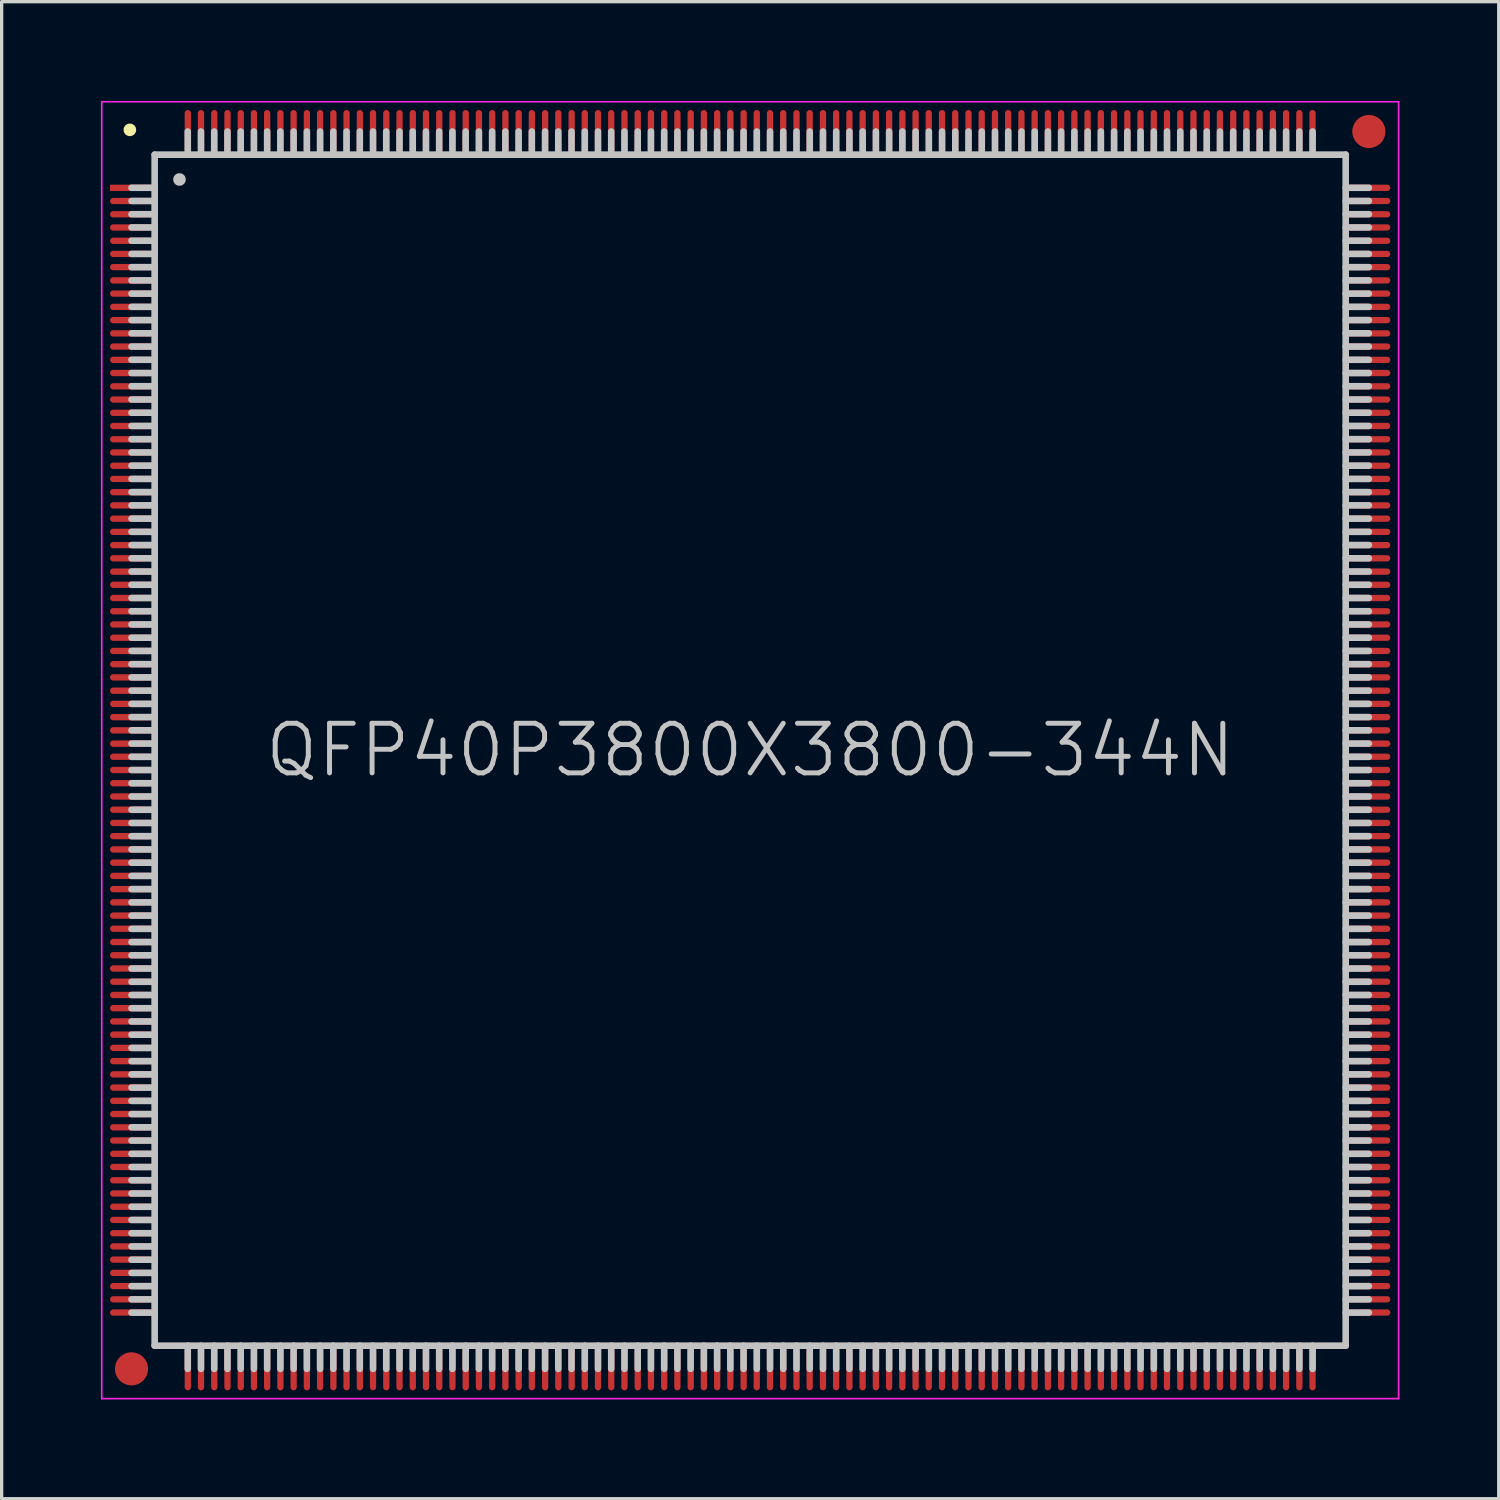
<source format=kicad_pcb>
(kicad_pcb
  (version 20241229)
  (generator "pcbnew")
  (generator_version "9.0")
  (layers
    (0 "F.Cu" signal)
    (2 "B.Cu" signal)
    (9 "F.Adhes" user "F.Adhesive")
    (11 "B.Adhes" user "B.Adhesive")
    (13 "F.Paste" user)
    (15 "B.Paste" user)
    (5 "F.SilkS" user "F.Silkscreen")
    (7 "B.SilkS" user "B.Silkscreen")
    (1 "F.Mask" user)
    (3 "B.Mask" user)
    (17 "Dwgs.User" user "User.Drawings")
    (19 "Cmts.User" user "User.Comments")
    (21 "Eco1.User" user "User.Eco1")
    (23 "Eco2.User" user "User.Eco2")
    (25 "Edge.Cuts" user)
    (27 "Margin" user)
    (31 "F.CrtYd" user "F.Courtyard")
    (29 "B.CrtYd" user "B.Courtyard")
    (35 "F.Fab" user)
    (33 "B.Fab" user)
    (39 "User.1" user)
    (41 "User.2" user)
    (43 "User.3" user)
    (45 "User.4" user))
  (footprint "QFP40P3800X3800-344N"
    (layer "F.Cu")
    (at 19.625 19.625)
    (property "Reference" "QFP40P3800X3800-344N" (at 0 0 0) (layer "Dwgs.User") (effects (font (size 1.5 1.5) (thickness 0.15))))
    (attr smd)
    (fp_line (start -18.75 -18.75) (end -18.75 -18.75) (stroke (width 0.381) (type solid)) (layer "F.SilkS"))
    (fp_line (start -18 -18) (end -18 18) (stroke (width 0.2) (type solid)) (layer "Dwgs.User"))
    (fp_line (start -18 -18) (end 18 -18) (stroke (width 0.2) (type solid)) (layer "Dwgs.User"))
    (fp_line (start -18 -17) (end -18.7 -17) (stroke (width 0.2) (type solid)) (layer "Dwgs.User"))
    (fp_line (start -18 -16.6) (end -18.7 -16.6) (stroke (width 0.2) (type solid)) (layer "Dwgs.User"))
    (fp_line (start -18 -16.2) (end -18.7 -16.2) (stroke (width 0.2) (type solid)) (layer "Dwgs.User"))
    (fp_line (start -18 -15.8) (end -18.7 -15.8) (stroke (width 0.2) (type solid)) (layer "Dwgs.User"))
    (fp_line (start -18 -15.4) (end -18.7 -15.4) (stroke (width 0.2) (type solid)) (layer "Dwgs.User"))
    (fp_line (start -18 -15) (end -18.7 -15) (stroke (width 0.2) (type solid)) (layer "Dwgs.User"))
    (fp_line (start -18 -14.6) (end -18.7 -14.6) (stroke (width 0.2) (type solid)) (layer "Dwgs.User"))
    (fp_line (start -18 -14.2) (end -18.7 -14.2) (stroke (width 0.2) (type solid)) (layer "Dwgs.User"))
    (fp_line (start -18 -13.8) (end -18.7 -13.8) (stroke (width 0.2) (type solid)) (layer "Dwgs.User"))
    (fp_line (start -18 -13.4) (end -18.7 -13.4) (stroke (width 0.2) (type solid)) (layer "Dwgs.User"))
    (fp_line (start -18 -13) (end -18.7 -13) (stroke (width 0.2) (type solid)) (layer "Dwgs.User"))
    (fp_line (start -18 -12.6) (end -18.7 -12.6) (stroke (width 0.2) (type solid)) (layer "Dwgs.User"))
    (fp_line (start -18 -12.2) (end -18.7 -12.2) (stroke (width 0.2) (type solid)) (layer "Dwgs.User"))
    (fp_line (start -18 -11.8) (end -18.7 -11.8) (stroke (width 0.2) (type solid)) (layer "Dwgs.User"))
    (fp_line (start -18 -11.4) (end -18.7 -11.4) (stroke (width 0.2) (type solid)) (layer "Dwgs.User"))
    (fp_line (start -18 -11) (end -18.7 -11) (stroke (width 0.2) (type solid)) (layer "Dwgs.User"))
    (fp_line (start -18 -10.6) (end -18.7 -10.6) (stroke (width 0.2) (type solid)) (layer "Dwgs.User"))
    (fp_line (start -18 -10.2) (end -18.7 -10.2) (stroke (width 0.2) (type solid)) (layer "Dwgs.User"))
    (fp_line (start -18 -9.8) (end -18.7 -9.8) (stroke (width 0.2) (type solid)) (layer "Dwgs.User"))
    (fp_line (start -18 -9.4) (end -18.7 -9.4) (stroke (width 0.2) (type solid)) (layer "Dwgs.User"))
    (fp_line (start -18 -9) (end -18.7 -9) (stroke (width 0.2) (type solid)) (layer "Dwgs.User"))
    (fp_line (start -18 -8.6) (end -18.7 -8.6) (stroke (width 0.2) (type solid)) (layer "Dwgs.User"))
    (fp_line (start -18 -8.2) (end -18.7 -8.2) (stroke (width 0.2) (type solid)) (layer "Dwgs.User"))
    (fp_line (start -18 -7.8) (end -18.7 -7.8) (stroke (width 0.2) (type solid)) (layer "Dwgs.User"))
    (fp_line (start -18 -7.4) (end -18.7 -7.4) (stroke (width 0.2) (type solid)) (layer "Dwgs.User"))
    (fp_line (start -18 -7) (end -18.7 -7) (stroke (width 0.2) (type solid)) (layer "Dwgs.User"))
    (fp_line (start -18 -6.6) (end -18.7 -6.6) (stroke (width 0.2) (type solid)) (layer "Dwgs.User"))
    (fp_line (start -18 -6.2) (end -18.7 -6.2) (stroke (width 0.2) (type solid)) (layer "Dwgs.User"))
    (fp_line (start -18 -5.8) (end -18.7 -5.8) (stroke (width 0.2) (type solid)) (layer "Dwgs.User"))
    (fp_line (start -18 -5.4) (end -18.7 -5.4) (stroke (width 0.2) (type solid)) (layer "Dwgs.User"))
    (fp_line (start -18 -5) (end -18.7 -5) (stroke (width 0.2) (type solid)) (layer "Dwgs.User"))
    (fp_line (start -18 -4.6) (end -18.7 -4.6) (stroke (width 0.2) (type solid)) (layer "Dwgs.User"))
    (fp_line (start -18 -4.2) (end -18.7 -4.2) (stroke (width 0.2) (type solid)) (layer "Dwgs.User"))
    (fp_line (start -18 -3.8) (end -18.7 -3.8) (stroke (width 0.2) (type solid)) (layer "Dwgs.User"))
    (fp_line (start -18 -3.4) (end -18.7 -3.4) (stroke (width 0.2) (type solid)) (layer "Dwgs.User"))
    (fp_line (start -18 -3) (end -18.7 -3) (stroke (width 0.2) (type solid)) (layer "Dwgs.User"))
    (fp_line (start -18 -2.6) (end -18.7 -2.6) (stroke (width 0.2) (type solid)) (layer "Dwgs.User"))
    (fp_line (start -18 -2.2) (end -18.7 -2.2) (stroke (width 0.2) (type solid)) (layer "Dwgs.User"))
    (fp_line (start -18 -1.8) (end -18.7 -1.8) (stroke (width 0.2) (type solid)) (layer "Dwgs.User"))
    (fp_line (start -18 -1.4) (end -18.7 -1.4) (stroke (width 0.2) (type solid)) (layer "Dwgs.User"))
    (fp_line (start -18 -1) (end -18.7 -1) (stroke (width 0.2) (type solid)) (layer "Dwgs.User"))
    (fp_line (start -18 -0.6) (end -18.7 -0.6) (stroke (width 0.2) (type solid)) (layer "Dwgs.User"))
    (fp_line (start -18 -0.2) (end -18.7 -0.2) (stroke (width 0.2) (type solid)) (layer "Dwgs.User"))
    (fp_line (start -18 0.2) (end -18.7 0.2) (stroke (width 0.2) (type solid)) (layer "Dwgs.User"))
    (fp_line (start -18 0.6) (end -18.7 0.6) (stroke (width 0.2) (type solid)) (layer "Dwgs.User"))
    (fp_line (start -18 1) (end -18.7 1) (stroke (width 0.2) (type solid)) (layer "Dwgs.User"))
    (fp_line (start -18 1.4) (end -18.7 1.4) (stroke (width 0.2) (type solid)) (layer "Dwgs.User"))
    (fp_line (start -18 1.8) (end -18.7 1.8) (stroke (width 0.2) (type solid)) (layer "Dwgs.User"))
    (fp_line (start -18 2.2) (end -18.7 2.2) (stroke (width 0.2) (type solid)) (layer "Dwgs.User"))
    (fp_line (start -18 2.6) (end -18.7 2.6) (stroke (width 0.2) (type solid)) (layer "Dwgs.User"))
    (fp_line (start -18 3) (end -18.7 3) (stroke (width 0.2) (type solid)) (layer "Dwgs.User"))
    (fp_line (start -18 3.4) (end -18.7 3.4) (stroke (width 0.2) (type solid)) (layer "Dwgs.User"))
    (fp_line (start -18 3.8) (end -18.7 3.8) (stroke (width 0.2) (type solid)) (layer "Dwgs.User"))
    (fp_line (start -18 4.2) (end -18.7 4.2) (stroke (width 0.2) (type solid)) (layer "Dwgs.User"))
    (fp_line (start -18 4.6) (end -18.7 4.6) (stroke (width 0.2) (type solid)) (layer "Dwgs.User"))
    (fp_line (start -18 5) (end -18.7 5) (stroke (width 0.2) (type solid)) (layer "Dwgs.User"))
    (fp_line (start -18 5.4) (end -18.7 5.4) (stroke (width 0.2) (type solid)) (layer "Dwgs.User"))
    (fp_line (start -18 5.8) (end -18.7 5.8) (stroke (width 0.2) (type solid)) (layer "Dwgs.User"))
    (fp_line (start -18 6.2) (end -18.7 6.2) (stroke (width 0.2) (type solid)) (layer "Dwgs.User"))
    (fp_line (start -18 6.6) (end -18.7 6.6) (stroke (width 0.2) (type solid)) (layer "Dwgs.User"))
    (fp_line (start -18 7) (end -18.7 7) (stroke (width 0.2) (type solid)) (layer "Dwgs.User"))
    (fp_line (start -18 7.4) (end -18.7 7.4) (stroke (width 0.2) (type solid)) (layer "Dwgs.User"))
    (fp_line (start -18 7.8) (end -18.7 7.8) (stroke (width 0.2) (type solid)) (layer "Dwgs.User"))
    (fp_line (start -18 8.2) (end -18.7 8.2) (stroke (width 0.2) (type solid)) (layer "Dwgs.User"))
    (fp_line (start -18 8.6) (end -18.7 8.6) (stroke (width 0.2) (type solid)) (layer "Dwgs.User"))
    (fp_line (start -18 9) (end -18.7 9) (stroke (width 0.2) (type solid)) (layer "Dwgs.User"))
    (fp_line (start -18 9.4) (end -18.7 9.4) (stroke (width 0.2) (type solid)) (layer "Dwgs.User"))
    (fp_line (start -18 9.8) (end -18.7 9.8) (stroke (width 0.2) (type solid)) (layer "Dwgs.User"))
    (fp_line (start -18 10.2) (end -18.7 10.2) (stroke (width 0.2) (type solid)) (layer "Dwgs.User"))
    (fp_line (start -18 10.6) (end -18.7 10.6) (stroke (width 0.2) (type solid)) (layer "Dwgs.User"))
    (fp_line (start -18 11) (end -18.7 11) (stroke (width 0.2) (type solid)) (layer "Dwgs.User"))
    (fp_line (start -18 11.4) (end -18.7 11.4) (stroke (width 0.2) (type solid)) (layer "Dwgs.User"))
    (fp_line (start -18 11.8) (end -18.7 11.8) (stroke (width 0.2) (type solid)) (layer "Dwgs.User"))
    (fp_line (start -18 12.2) (end -18.7 12.2) (stroke (width 0.2) (type solid)) (layer "Dwgs.User"))
    (fp_line (start -18 12.6) (end -18.7 12.6) (stroke (width 0.2) (type solid)) (layer "Dwgs.User"))
    (fp_line (start -18 13) (end -18.7 13) (stroke (width 0.2) (type solid)) (layer "Dwgs.User"))
    (fp_line (start -18 13.4) (end -18.7 13.4) (stroke (width 0.2) (type solid)) (layer "Dwgs.User"))
    (fp_line (start -18 13.8) (end -18.7 13.8) (stroke (width 0.2) (type solid)) (layer "Dwgs.User"))
    (fp_line (start -18 14.2) (end -18.7 14.2) (stroke (width 0.2) (type solid)) (layer "Dwgs.User"))
    (fp_line (start -18 14.6) (end -18.7 14.6) (stroke (width 0.2) (type solid)) (layer "Dwgs.User"))
    (fp_line (start -18 15) (end -18.7 15) (stroke (width 0.2) (type solid)) (layer "Dwgs.User"))
    (fp_line (start -18 15.4) (end -18.7 15.4) (stroke (width 0.2) (type solid)) (layer "Dwgs.User"))
    (fp_line (start -18 15.8) (end -18.7 15.8) (stroke (width 0.2) (type solid)) (layer "Dwgs.User"))
    (fp_line (start -18 16.2) (end -18.7 16.2) (stroke (width 0.2) (type solid)) (layer "Dwgs.User"))
    (fp_line (start -18 16.6) (end -18.7 16.6) (stroke (width 0.2) (type solid)) (layer "Dwgs.User"))
    (fp_line (start -18 17) (end -18.7 17) (stroke (width 0.2) (type solid)) (layer "Dwgs.User"))
    (fp_line (start -18 18) (end 18 18) (stroke (width 0.2) (type solid)) (layer "Dwgs.User"))
    (fp_line (start -17.25 -17.25) (end -17.25 -17.25) (stroke (width 0.381) (type solid)) (layer "Dwgs.User"))
    (fp_line (start -17 -18) (end -17 -18.7) (stroke (width 0.2) (type solid)) (layer "Dwgs.User"))
    (fp_line (start -17 18.7) (end -17 18) (stroke (width 0.2) (type solid)) (layer "Dwgs.User"))
    (fp_line (start -16.6 -18) (end -16.6 -18.7) (stroke (width 0.2) (type solid)) (layer "Dwgs.User"))
    (fp_line (start -16.6 18.7) (end -16.6 18) (stroke (width 0.2) (type solid)) (layer "Dwgs.User"))
    (fp_line (start -16.2 -18) (end -16.2 -18.7) (stroke (width 0.2) (type solid)) (layer "Dwgs.User"))
    (fp_line (start -16.2 18.7) (end -16.2 18) (stroke (width 0.2) (type solid)) (layer "Dwgs.User"))
    (fp_line (start -15.8 -18) (end -15.8 -18.7) (stroke (width 0.2) (type solid)) (layer "Dwgs.User"))
    (fp_line (start -15.8 18.7) (end -15.8 18) (stroke (width 0.2) (type solid)) (layer "Dwgs.User"))
    (fp_line (start -15.4 -18) (end -15.4 -18.7) (stroke (width 0.2) (type solid)) (layer "Dwgs.User"))
    (fp_line (start -15.4 18.7) (end -15.4 18) (stroke (width 0.2) (type solid)) (layer "Dwgs.User"))
    (fp_line (start -15 -18) (end -15 -18.7) (stroke (width 0.2) (type solid)) (layer "Dwgs.User"))
    (fp_line (start -15 18.7) (end -15 18) (stroke (width 0.2) (type solid)) (layer "Dwgs.User"))
    (fp_line (start -14.6 -18) (end -14.6 -18.7) (stroke (width 0.2) (type solid)) (layer "Dwgs.User"))
    (fp_line (start -14.6 18.7) (end -14.6 18) (stroke (width 0.2) (type solid)) (layer "Dwgs.User"))
    (fp_line (start -14.2 -18) (end -14.2 -18.7) (stroke (width 0.2) (type solid)) (layer "Dwgs.User"))
    (fp_line (start -14.2 18.7) (end -14.2 18) (stroke (width 0.2) (type solid)) (layer "Dwgs.User"))
    (fp_line (start -13.8 -18) (end -13.8 -18.7) (stroke (width 0.2) (type solid)) (layer "Dwgs.User"))
    (fp_line (start -13.8 18.7) (end -13.8 18) (stroke (width 0.2) (type solid)) (layer "Dwgs.User"))
    (fp_line (start -13.4 -18) (end -13.4 -18.7) (stroke (width 0.2) (type solid)) (layer "Dwgs.User"))
    (fp_line (start -13.4 18.7) (end -13.4 18) (stroke (width 0.2) (type solid)) (layer "Dwgs.User"))
    (fp_line (start -13 -18) (end -13 -18.7) (stroke (width 0.2) (type solid)) (layer "Dwgs.User"))
    (fp_line (start -13 18.7) (end -13 18) (stroke (width 0.2) (type solid)) (layer "Dwgs.User"))
    (fp_line (start -12.6 -18) (end -12.6 -18.7) (stroke (width 0.2) (type solid)) (layer "Dwgs.User"))
    (fp_line (start -12.6 18.7) (end -12.6 18) (stroke (width 0.2) (type solid)) (layer "Dwgs.User"))
    (fp_line (start -12.2 -18) (end -12.2 -18.7) (stroke (width 0.2) (type solid)) (layer "Dwgs.User"))
    (fp_line (start -12.2 18.7) (end -12.2 18) (stroke (width 0.2) (type solid)) (layer "Dwgs.User"))
    (fp_line (start -11.8 -18) (end -11.8 -18.7) (stroke (width 0.2) (type solid)) (layer "Dwgs.User"))
    (fp_line (start -11.8 18.7) (end -11.8 18) (stroke (width 0.2) (type solid)) (layer "Dwgs.User"))
    (fp_line (start -11.4 -18) (end -11.4 -18.7) (stroke (width 0.2) (type solid)) (layer "Dwgs.User"))
    (fp_line (start -11.4 18.7) (end -11.4 18) (stroke (width 0.2) (type solid)) (layer "Dwgs.User"))
    (fp_line (start -11 -18) (end -11 -18.7) (stroke (width 0.2) (type solid)) (layer "Dwgs.User"))
    (fp_line (start -11 18.7) (end -11 18) (stroke (width 0.2) (type solid)) (layer "Dwgs.User"))
    (fp_line (start -10.6 -18) (end -10.6 -18.7) (stroke (width 0.2) (type solid)) (layer "Dwgs.User"))
    (fp_line (start -10.6 18.7) (end -10.6 18) (stroke (width 0.2) (type solid)) (layer "Dwgs.User"))
    (fp_line (start -10.2 -18) (end -10.2 -18.7) (stroke (width 0.2) (type solid)) (layer "Dwgs.User"))
    (fp_line (start -10.2 18.7) (end -10.2 18) (stroke (width 0.2) (type solid)) (layer "Dwgs.User"))
    (fp_line (start -9.8 -18) (end -9.8 -18.7) (stroke (width 0.2) (type solid)) (layer "Dwgs.User"))
    (fp_line (start -9.8 18.7) (end -9.8 18) (stroke (width 0.2) (type solid)) (layer "Dwgs.User"))
    (fp_line (start -9.4 -18) (end -9.4 -18.7) (stroke (width 0.2) (type solid)) (layer "Dwgs.User"))
    (fp_line (start -9.4 18.7) (end -9.4 18) (stroke (width 0.2) (type solid)) (layer "Dwgs.User"))
    (fp_line (start -9 -18) (end -9 -18.7) (stroke (width 0.2) (type solid)) (layer "Dwgs.User"))
    (fp_line (start -9 18.7) (end -9 18) (stroke (width 0.2) (type solid)) (layer "Dwgs.User"))
    (fp_line (start -8.6 -18) (end -8.6 -18.7) (stroke (width 0.2) (type solid)) (layer "Dwgs.User"))
    (fp_line (start -8.6 18.7) (end -8.6 18) (stroke (width 0.2) (type solid)) (layer "Dwgs.User"))
    (fp_line (start -8.2 -18) (end -8.2 -18.7) (stroke (width 0.2) (type solid)) (layer "Dwgs.User"))
    (fp_line (start -8.2 18.7) (end -8.2 18) (stroke (width 0.2) (type solid)) (layer "Dwgs.User"))
    (fp_line (start -7.8 -18) (end -7.8 -18.7) (stroke (width 0.2) (type solid)) (layer "Dwgs.User"))
    (fp_line (start -7.8 18.7) (end -7.8 18) (stroke (width 0.2) (type solid)) (layer "Dwgs.User"))
    (fp_line (start -7.4 -18) (end -7.4 -18.7) (stroke (width 0.2) (type solid)) (layer "Dwgs.User"))
    (fp_line (start -7.4 18.7) (end -7.4 18) (stroke (width 0.2) (type solid)) (layer "Dwgs.User"))
    (fp_line (start -7 -18) (end -7 -18.7) (stroke (width 0.2) (type solid)) (layer "Dwgs.User"))
    (fp_line (start -7 18.7) (end -7 18) (stroke (width 0.2) (type solid)) (layer "Dwgs.User"))
    (fp_line (start -6.6 -18) (end -6.6 -18.7) (stroke (width 0.2) (type solid)) (layer "Dwgs.User"))
    (fp_line (start -6.6 18.7) (end -6.6 18) (stroke (width 0.2) (type solid)) (layer "Dwgs.User"))
    (fp_line (start -6.2 -18) (end -6.2 -18.7) (stroke (width 0.2) (type solid)) (layer "Dwgs.User"))
    (fp_line (start -6.2 18.7) (end -6.2 18) (stroke (width 0.2) (type solid)) (layer "Dwgs.User"))
    (fp_line (start -5.8 -18) (end -5.8 -18.7) (stroke (width 0.2) (type solid)) (layer "Dwgs.User"))
    (fp_line (start -5.8 18.7) (end -5.8 18) (stroke (width 0.2) (type solid)) (layer "Dwgs.User"))
    (fp_line (start -5.4 -18) (end -5.4 -18.7) (stroke (width 0.2) (type solid)) (layer "Dwgs.User"))
    (fp_line (start -5.4 18.7) (end -5.4 18) (stroke (width 0.2) (type solid)) (layer "Dwgs.User"))
    (fp_line (start -5 -18) (end -5 -18.7) (stroke (width 0.2) (type solid)) (layer "Dwgs.User"))
    (fp_line (start -5 18.7) (end -5 18) (stroke (width 0.2) (type solid)) (layer "Dwgs.User"))
    (fp_line (start -4.6 -18) (end -4.6 -18.7) (stroke (width 0.2) (type solid)) (layer "Dwgs.User"))
    (fp_line (start -4.6 18.7) (end -4.6 18) (stroke (width 0.2) (type solid)) (layer "Dwgs.User"))
    (fp_line (start -4.2 -18) (end -4.2 -18.7) (stroke (width 0.2) (type solid)) (layer "Dwgs.User"))
    (fp_line (start -4.2 18.7) (end -4.2 18) (stroke (width 0.2) (type solid)) (layer "Dwgs.User"))
    (fp_line (start -3.8 -18) (end -3.8 -18.7) (stroke (width 0.2) (type solid)) (layer "Dwgs.User"))
    (fp_line (start -3.8 18.7) (end -3.8 18) (stroke (width 0.2) (type solid)) (layer "Dwgs.User"))
    (fp_line (start -3.4 -18) (end -3.4 -18.7) (stroke (width 0.2) (type solid)) (layer "Dwgs.User"))
    (fp_line (start -3.4 18.7) (end -3.4 18) (stroke (width 0.2) (type solid)) (layer "Dwgs.User"))
    (fp_line (start -3 -18) (end -3 -18.7) (stroke (width 0.2) (type solid)) (layer "Dwgs.User"))
    (fp_line (start -3 18.7) (end -3 18) (stroke (width 0.2) (type solid)) (layer "Dwgs.User"))
    (fp_line (start -2.6 -18) (end -2.6 -18.7) (stroke (width 0.2) (type solid)) (layer "Dwgs.User"))
    (fp_line (start -2.6 18.7) (end -2.6 18) (stroke (width 0.2) (type solid)) (layer "Dwgs.User"))
    (fp_line (start -2.2 -18) (end -2.2 -18.7) (stroke (width 0.2) (type solid)) (layer "Dwgs.User"))
    (fp_line (start -2.2 18.7) (end -2.2 18) (stroke (width 0.2) (type solid)) (layer "Dwgs.User"))
    (fp_line (start -1.8 -18) (end -1.8 -18.7) (stroke (width 0.2) (type solid)) (layer "Dwgs.User"))
    (fp_line (start -1.8 18.7) (end -1.8 18) (stroke (width 0.2) (type solid)) (layer "Dwgs.User"))
    (fp_line (start -1.4 -18) (end -1.4 -18.7) (stroke (width 0.2) (type solid)) (layer "Dwgs.User"))
    (fp_line (start -1.4 18.7) (end -1.4 18) (stroke (width 0.2) (type solid)) (layer "Dwgs.User"))
    (fp_line (start -1 -18) (end -1 -18.7) (stroke (width 0.2) (type solid)) (layer "Dwgs.User"))
    (fp_line (start -1 18.7) (end -1 18) (stroke (width 0.2) (type solid)) (layer "Dwgs.User"))
    (fp_line (start -0.6 -18) (end -0.6 -18.7) (stroke (width 0.2) (type solid)) (layer "Dwgs.User"))
    (fp_line (start -0.6 18.7) (end -0.6 18) (stroke (width 0.2) (type solid)) (layer "Dwgs.User"))
    (fp_line (start -0.2 -18) (end -0.2 -18.7) (stroke (width 0.2) (type solid)) (layer "Dwgs.User"))
    (fp_line (start -0.2 18.7) (end -0.2 18) (stroke (width 0.2) (type solid)) (layer "Dwgs.User"))
    (fp_line (start 0.2 -18) (end 0.2 -18.7) (stroke (width 0.2) (type solid)) (layer "Dwgs.User"))
    (fp_line (start 0.2 18.7) (end 0.2 18) (stroke (width 0.2) (type solid)) (layer "Dwgs.User"))
    (fp_line (start 0.6 -18) (end 0.6 -18.7) (stroke (width 0.2) (type solid)) (layer "Dwgs.User"))
    (fp_line (start 0.6 18.7) (end 0.6 18) (stroke (width 0.2) (type solid)) (layer "Dwgs.User"))
    (fp_line (start 1 -18) (end 1 -18.7) (stroke (width 0.2) (type solid)) (layer "Dwgs.User"))
    (fp_line (start 1 18.7) (end 1 18) (stroke (width 0.2) (type solid)) (layer "Dwgs.User"))
    (fp_line (start 1.4 -18) (end 1.4 -18.7) (stroke (width 0.2) (type solid)) (layer "Dwgs.User"))
    (fp_line (start 1.4 18.7) (end 1.4 18) (stroke (width 0.2) (type solid)) (layer "Dwgs.User"))
    (fp_line (start 1.8 -18) (end 1.8 -18.7) (stroke (width 0.2) (type solid)) (layer "Dwgs.User"))
    (fp_line (start 1.8 18.7) (end 1.8 18) (stroke (width 0.2) (type solid)) (layer "Dwgs.User"))
    (fp_line (start 2.2 -18) (end 2.2 -18.7) (stroke (width 0.2) (type solid)) (layer "Dwgs.User"))
    (fp_line (start 2.2 18.7) (end 2.2 18) (stroke (width 0.2) (type solid)) (layer "Dwgs.User"))
    (fp_line (start 2.6 -18) (end 2.6 -18.7) (stroke (width 0.2) (type solid)) (layer "Dwgs.User"))
    (fp_line (start 2.6 18.7) (end 2.6 18) (stroke (width 0.2) (type solid)) (layer "Dwgs.User"))
    (fp_line (start 3 -18) (end 3 -18.7) (stroke (width 0.2) (type solid)) (layer "Dwgs.User"))
    (fp_line (start 3 18.7) (end 3 18) (stroke (width 0.2) (type solid)) (layer "Dwgs.User"))
    (fp_line (start 3.4 -18) (end 3.4 -18.7) (stroke (width 0.2) (type solid)) (layer "Dwgs.User"))
    (fp_line (start 3.4 18.7) (end 3.4 18) (stroke (width 0.2) (type solid)) (layer "Dwgs.User"))
    (fp_line (start 3.8 -18) (end 3.8 -18.7) (stroke (width 0.2) (type solid)) (layer "Dwgs.User"))
    (fp_line (start 3.8 18.7) (end 3.8 18) (stroke (width 0.2) (type solid)) (layer "Dwgs.User"))
    (fp_line (start 4.2 -18) (end 4.2 -18.7) (stroke (width 0.2) (type solid)) (layer "Dwgs.User"))
    (fp_line (start 4.2 18.7) (end 4.2 18) (stroke (width 0.2) (type solid)) (layer "Dwgs.User"))
    (fp_line (start 4.6 -18) (end 4.6 -18.7) (stroke (width 0.2) (type solid)) (layer "Dwgs.User"))
    (fp_line (start 4.6 18.7) (end 4.6 18) (stroke (width 0.2) (type solid)) (layer "Dwgs.User"))
    (fp_line (start 5 -18) (end 5 -18.7) (stroke (width 0.2) (type solid)) (layer "Dwgs.User"))
    (fp_line (start 5 18.7) (end 5 18) (stroke (width 0.2) (type solid)) (layer "Dwgs.User"))
    (fp_line (start 5.4 -18) (end 5.4 -18.7) (stroke (width 0.2) (type solid)) (layer "Dwgs.User"))
    (fp_line (start 5.4 18.7) (end 5.4 18) (stroke (width 0.2) (type solid)) (layer "Dwgs.User"))
    (fp_line (start 5.8 -18) (end 5.8 -18.7) (stroke (width 0.2) (type solid)) (layer "Dwgs.User"))
    (fp_line (start 5.8 18.7) (end 5.8 18) (stroke (width 0.2) (type solid)) (layer "Dwgs.User"))
    (fp_line (start 6.2 -18) (end 6.2 -18.7) (stroke (width 0.2) (type solid)) (layer "Dwgs.User"))
    (fp_line (start 6.2 18.7) (end 6.2 18) (stroke (width 0.2) (type solid)) (layer "Dwgs.User"))
    (fp_line (start 6.6 -18) (end 6.6 -18.7) (stroke (width 0.2) (type solid)) (layer "Dwgs.User"))
    (fp_line (start 6.6 18.7) (end 6.6 18) (stroke (width 0.2) (type solid)) (layer "Dwgs.User"))
    (fp_line (start 7 -18) (end 7 -18.7) (stroke (width 0.2) (type solid)) (layer "Dwgs.User"))
    (fp_line (start 7 18.7) (end 7 18) (stroke (width 0.2) (type solid)) (layer "Dwgs.User"))
    (fp_line (start 7.4 -18) (end 7.4 -18.7) (stroke (width 0.2) (type solid)) (layer "Dwgs.User"))
    (fp_line (start 7.4 18.7) (end 7.4 18) (stroke (width 0.2) (type solid)) (layer "Dwgs.User"))
    (fp_line (start 7.8 -18) (end 7.8 -18.7) (stroke (width 0.2) (type solid)) (layer "Dwgs.User"))
    (fp_line (start 7.8 18.7) (end 7.8 18) (stroke (width 0.2) (type solid)) (layer "Dwgs.User"))
    (fp_line (start 8.2 -18) (end 8.2 -18.7) (stroke (width 0.2) (type solid)) (layer "Dwgs.User"))
    (fp_line (start 8.2 18.7) (end 8.2 18) (stroke (width 0.2) (type solid)) (layer "Dwgs.User"))
    (fp_line (start 8.6 -18) (end 8.6 -18.7) (stroke (width 0.2) (type solid)) (layer "Dwgs.User"))
    (fp_line (start 8.6 18.7) (end 8.6 18) (stroke (width 0.2) (type solid)) (layer "Dwgs.User"))
    (fp_line (start 9 -18) (end 9 -18.7) (stroke (width 0.2) (type solid)) (layer "Dwgs.User"))
    (fp_line (start 9 18.7) (end 9 18) (stroke (width 0.2) (type solid)) (layer "Dwgs.User"))
    (fp_line (start 9.4 -18) (end 9.4 -18.7) (stroke (width 0.2) (type solid)) (layer "Dwgs.User"))
    (fp_line (start 9.4 18.7) (end 9.4 18) (stroke (width 0.2) (type solid)) (layer "Dwgs.User"))
    (fp_line (start 9.8 -18) (end 9.8 -18.7) (stroke (width 0.2) (type solid)) (layer "Dwgs.User"))
    (fp_line (start 9.8 18.7) (end 9.8 18) (stroke (width 0.2) (type solid)) (layer "Dwgs.User"))
    (fp_line (start 10.2 -18) (end 10.2 -18.7) (stroke (width 0.2) (type solid)) (layer "Dwgs.User"))
    (fp_line (start 10.2 18.7) (end 10.2 18) (stroke (width 0.2) (type solid)) (layer "Dwgs.User"))
    (fp_line (start 10.6 -18) (end 10.6 -18.7) (stroke (width 0.2) (type solid)) (layer "Dwgs.User"))
    (fp_line (start 10.6 18.7) (end 10.6 18) (stroke (width 0.2) (type solid)) (layer "Dwgs.User"))
    (fp_line (start 11 -18) (end 11 -18.7) (stroke (width 0.2) (type solid)) (layer "Dwgs.User"))
    (fp_line (start 11 18.7) (end 11 18) (stroke (width 0.2) (type solid)) (layer "Dwgs.User"))
    (fp_line (start 11.4 -18) (end 11.4 -18.7) (stroke (width 0.2) (type solid)) (layer "Dwgs.User"))
    (fp_line (start 11.4 18.7) (end 11.4 18) (stroke (width 0.2) (type solid)) (layer "Dwgs.User"))
    (fp_line (start 11.8 -18) (end 11.8 -18.7) (stroke (width 0.2) (type solid)) (layer "Dwgs.User"))
    (fp_line (start 11.8 18.7) (end 11.8 18) (stroke (width 0.2) (type solid)) (layer "Dwgs.User"))
    (fp_line (start 12.2 -18) (end 12.2 -18.7) (stroke (width 0.2) (type solid)) (layer "Dwgs.User"))
    (fp_line (start 12.2 18.7) (end 12.2 18) (stroke (width 0.2) (type solid)) (layer "Dwgs.User"))
    (fp_line (start 12.6 -18) (end 12.6 -18.7) (stroke (width 0.2) (type solid)) (layer "Dwgs.User"))
    (fp_line (start 12.6 18.7) (end 12.6 18) (stroke (width 0.2) (type solid)) (layer "Dwgs.User"))
    (fp_line (start 13 -18) (end 13 -18.7) (stroke (width 0.2) (type solid)) (layer "Dwgs.User"))
    (fp_line (start 13 18.7) (end 13 18) (stroke (width 0.2) (type solid)) (layer "Dwgs.User"))
    (fp_line (start 13.4 -18) (end 13.4 -18.7) (stroke (width 0.2) (type solid)) (layer "Dwgs.User"))
    (fp_line (start 13.4 18.7) (end 13.4 18) (stroke (width 0.2) (type solid)) (layer "Dwgs.User"))
    (fp_line (start 13.8 -18) (end 13.8 -18.7) (stroke (width 0.2) (type solid)) (layer "Dwgs.User"))
    (fp_line (start 13.8 18.7) (end 13.8 18) (stroke (width 0.2) (type solid)) (layer "Dwgs.User"))
    (fp_line (start 14.2 -18) (end 14.2 -18.7) (stroke (width 0.2) (type solid)) (layer "Dwgs.User"))
    (fp_line (start 14.2 18.7) (end 14.2 18) (stroke (width 0.2) (type solid)) (layer "Dwgs.User"))
    (fp_line (start 14.6 -18) (end 14.6 -18.7) (stroke (width 0.2) (type solid)) (layer "Dwgs.User"))
    (fp_line (start 14.6 18.7) (end 14.6 18) (stroke (width 0.2) (type solid)) (layer "Dwgs.User"))
    (fp_line (start 15 -18) (end 15 -18.7) (stroke (width 0.2) (type solid)) (layer "Dwgs.User"))
    (fp_line (start 15 18.7) (end 15 18) (stroke (width 0.2) (type solid)) (layer "Dwgs.User"))
    (fp_line (start 15.4 -18) (end 15.4 -18.7) (stroke (width 0.2) (type solid)) (layer "Dwgs.User"))
    (fp_line (start 15.4 18.7) (end 15.4 18) (stroke (width 0.2) (type solid)) (layer "Dwgs.User"))
    (fp_line (start 15.8 -18) (end 15.8 -18.7) (stroke (width 0.2) (type solid)) (layer "Dwgs.User"))
    (fp_line (start 15.8 18.7) (end 15.8 18) (stroke (width 0.2) (type solid)) (layer "Dwgs.User"))
    (fp_line (start 16.2 -18) (end 16.2 -18.7) (stroke (width 0.2) (type solid)) (layer "Dwgs.User"))
    (fp_line (start 16.2 18.7) (end 16.2 18) (stroke (width 0.2) (type solid)) (layer "Dwgs.User"))
    (fp_line (start 16.6 -18) (end 16.6 -18.7) (stroke (width 0.2) (type solid)) (layer "Dwgs.User"))
    (fp_line (start 16.6 18.7) (end 16.6 18) (stroke (width 0.2) (type solid)) (layer "Dwgs.User"))
    (fp_line (start 17 -18) (end 17 -18.7) (stroke (width 0.2) (type solid)) (layer "Dwgs.User"))
    (fp_line (start 17 18.7) (end 17 18) (stroke (width 0.2) (type solid)) (layer "Dwgs.User"))
    (fp_line (start 18 -18) (end 18 18) (stroke (width 0.2) (type solid)) (layer "Dwgs.User"))
    (fp_line (start 18.7 -17) (end 18 -17) (stroke (width 0.2) (type solid)) (layer "Dwgs.User"))
    (fp_line (start 18.7 -16.6) (end 18 -16.6) (stroke (width 0.2) (type solid)) (layer "Dwgs.User"))
    (fp_line (start 18.7 -16.2) (end 18 -16.2) (stroke (width 0.2) (type solid)) (layer "Dwgs.User"))
    (fp_line (start 18.7 -15.8) (end 18 -15.8) (stroke (width 0.2) (type solid)) (layer "Dwgs.User"))
    (fp_line (start 18.7 -15.4) (end 18 -15.4) (stroke (width 0.2) (type solid)) (layer "Dwgs.User"))
    (fp_line (start 18.7 -15) (end 18 -15) (stroke (width 0.2) (type solid)) (layer "Dwgs.User"))
    (fp_line (start 18.7 -14.6) (end 18 -14.6) (stroke (width 0.2) (type solid)) (layer "Dwgs.User"))
    (fp_line (start 18.7 -14.2) (end 18 -14.2) (stroke (width 0.2) (type solid)) (layer "Dwgs.User"))
    (fp_line (start 18.7 -13.8) (end 18 -13.8) (stroke (width 0.2) (type solid)) (layer "Dwgs.User"))
    (fp_line (start 18.7 -13.4) (end 18 -13.4) (stroke (width 0.2) (type solid)) (layer "Dwgs.User"))
    (fp_line (start 18.7 -13) (end 18 -13) (stroke (width 0.2) (type solid)) (layer "Dwgs.User"))
    (fp_line (start 18.7 -12.6) (end 18 -12.6) (stroke (width 0.2) (type solid)) (layer "Dwgs.User"))
    (fp_line (start 18.7 -12.2) (end 18 -12.2) (stroke (width 0.2) (type solid)) (layer "Dwgs.User"))
    (fp_line (start 18.7 -11.8) (end 18 -11.8) (stroke (width 0.2) (type solid)) (layer "Dwgs.User"))
    (fp_line (start 18.7 -11.4) (end 18 -11.4) (stroke (width 0.2) (type solid)) (layer "Dwgs.User"))
    (fp_line (start 18.7 -11) (end 18 -11) (stroke (width 0.2) (type solid)) (layer "Dwgs.User"))
    (fp_line (start 18.7 -10.6) (end 18 -10.6) (stroke (width 0.2) (type solid)) (layer "Dwgs.User"))
    (fp_line (start 18.7 -10.2) (end 18 -10.2) (stroke (width 0.2) (type solid)) (layer "Dwgs.User"))
    (fp_line (start 18.7 -9.8) (end 18 -9.8) (stroke (width 0.2) (type solid)) (layer "Dwgs.User"))
    (fp_line (start 18.7 -9.4) (end 18 -9.4) (stroke (width 0.2) (type solid)) (layer "Dwgs.User"))
    (fp_line (start 18.7 -9) (end 18 -9) (stroke (width 0.2) (type solid)) (layer "Dwgs.User"))
    (fp_line (start 18.7 -8.6) (end 18 -8.6) (stroke (width 0.2) (type solid)) (layer "Dwgs.User"))
    (fp_line (start 18.7 -8.2) (end 18 -8.2) (stroke (width 0.2) (type solid)) (layer "Dwgs.User"))
    (fp_line (start 18.7 -7.8) (end 18 -7.8) (stroke (width 0.2) (type solid)) (layer "Dwgs.User"))
    (fp_line (start 18.7 -7.4) (end 18 -7.4) (stroke (width 0.2) (type solid)) (layer "Dwgs.User"))
    (fp_line (start 18.7 -7) (end 18 -7) (stroke (width 0.2) (type solid)) (layer "Dwgs.User"))
    (fp_line (start 18.7 -6.6) (end 18 -6.6) (stroke (width 0.2) (type solid)) (layer "Dwgs.User"))
    (fp_line (start 18.7 -6.2) (end 18 -6.2) (stroke (width 0.2) (type solid)) (layer "Dwgs.User"))
    (fp_line (start 18.7 -5.8) (end 18 -5.8) (stroke (width 0.2) (type solid)) (layer "Dwgs.User"))
    (fp_line (start 18.7 -5.4) (end 18 -5.4) (stroke (width 0.2) (type solid)) (layer "Dwgs.User"))
    (fp_line (start 18.7 -5) (end 18 -5) (stroke (width 0.2) (type solid)) (layer "Dwgs.User"))
    (fp_line (start 18.7 -4.6) (end 18 -4.6) (stroke (width 0.2) (type solid)) (layer "Dwgs.User"))
    (fp_line (start 18.7 -4.2) (end 18 -4.2) (stroke (width 0.2) (type solid)) (layer "Dwgs.User"))
    (fp_line (start 18.7 -3.8) (end 18 -3.8) (stroke (width 0.2) (type solid)) (layer "Dwgs.User"))
    (fp_line (start 18.7 -3.4) (end 18 -3.4) (stroke (width 0.2) (type solid)) (layer "Dwgs.User"))
    (fp_line (start 18.7 -3) (end 18 -3) (stroke (width 0.2) (type solid)) (layer "Dwgs.User"))
    (fp_line (start 18.7 -2.6) (end 18 -2.6) (stroke (width 0.2) (type solid)) (layer "Dwgs.User"))
    (fp_line (start 18.7 -2.2) (end 18 -2.2) (stroke (width 0.2) (type solid)) (layer "Dwgs.User"))
    (fp_line (start 18.7 -1.8) (end 18 -1.8) (stroke (width 0.2) (type solid)) (layer "Dwgs.User"))
    (fp_line (start 18.7 -1.4) (end 18 -1.4) (stroke (width 0.2) (type solid)) (layer "Dwgs.User"))
    (fp_line (start 18.7 -1) (end 18 -1) (stroke (width 0.2) (type solid)) (layer "Dwgs.User"))
    (fp_line (start 18.7 -0.6) (end 18 -0.6) (stroke (width 0.2) (type solid)) (layer "Dwgs.User"))
    (fp_line (start 18.7 -0.2) (end 18 -0.2) (stroke (width 0.2) (type solid)) (layer "Dwgs.User"))
    (fp_line (start 18.7 0.2) (end 18 0.2) (stroke (width 0.2) (type solid)) (layer "Dwgs.User"))
    (fp_line (start 18.7 0.6) (end 18 0.6) (stroke (width 0.2) (type solid)) (layer "Dwgs.User"))
    (fp_line (start 18.7 1) (end 18 1) (stroke (width 0.2) (type solid)) (layer "Dwgs.User"))
    (fp_line (start 18.7 1.4) (end 18 1.4) (stroke (width 0.2) (type solid)) (layer "Dwgs.User"))
    (fp_line (start 18.7 1.8) (end 18 1.8) (stroke (width 0.2) (type solid)) (layer "Dwgs.User"))
    (fp_line (start 18.7 2.2) (end 18 2.2) (stroke (width 0.2) (type solid)) (layer "Dwgs.User"))
    (fp_line (start 18.7 2.6) (end 18 2.6) (stroke (width 0.2) (type solid)) (layer "Dwgs.User"))
    (fp_line (start 18.7 3) (end 18 3) (stroke (width 0.2) (type solid)) (layer "Dwgs.User"))
    (fp_line (start 18.7 3.4) (end 18 3.4) (stroke (width 0.2) (type solid)) (layer "Dwgs.User"))
    (fp_line (start 18.7 3.8) (end 18 3.8) (stroke (width 0.2) (type solid)) (layer "Dwgs.User"))
    (fp_line (start 18.7 4.2) (end 18 4.2) (stroke (width 0.2) (type solid)) (layer "Dwgs.User"))
    (fp_line (start 18.7 4.6) (end 18 4.6) (stroke (width 0.2) (type solid)) (layer "Dwgs.User"))
    (fp_line (start 18.7 5) (end 18 5) (stroke (width 0.2) (type solid)) (layer "Dwgs.User"))
    (fp_line (start 18.7 5.4) (end 18 5.4) (stroke (width 0.2) (type solid)) (layer "Dwgs.User"))
    (fp_line (start 18.7 5.8) (end 18 5.8) (stroke (width 0.2) (type solid)) (layer "Dwgs.User"))
    (fp_line (start 18.7 6.2) (end 18 6.2) (stroke (width 0.2) (type solid)) (layer "Dwgs.User"))
    (fp_line (start 18.7 6.6) (end 18 6.6) (stroke (width 0.2) (type solid)) (layer "Dwgs.User"))
    (fp_line (start 18.7 7) (end 18 7) (stroke (width 0.2) (type solid)) (layer "Dwgs.User"))
    (fp_line (start 18.7 7.4) (end 18 7.4) (stroke (width 0.2) (type solid)) (layer "Dwgs.User"))
    (fp_line (start 18.7 7.8) (end 18 7.8) (stroke (width 0.2) (type solid)) (layer "Dwgs.User"))
    (fp_line (start 18.7 8.2) (end 18 8.2) (stroke (width 0.2) (type solid)) (layer "Dwgs.User"))
    (fp_line (start 18.7 8.6) (end 18 8.6) (stroke (width 0.2) (type solid)) (layer "Dwgs.User"))
    (fp_line (start 18.7 9) (end 18 9) (stroke (width 0.2) (type solid)) (layer "Dwgs.User"))
    (fp_line (start 18.7 9.4) (end 18 9.4) (stroke (width 0.2) (type solid)) (layer "Dwgs.User"))
    (fp_line (start 18.7 9.8) (end 18 9.8) (stroke (width 0.2) (type solid)) (layer "Dwgs.User"))
    (fp_line (start 18.7 10.2) (end 18 10.2) (stroke (width 0.2) (type solid)) (layer "Dwgs.User"))
    (fp_line (start 18.7 10.6) (end 18 10.6) (stroke (width 0.2) (type solid)) (layer "Dwgs.User"))
    (fp_line (start 18.7 11) (end 18 11) (stroke (width 0.2) (type solid)) (layer "Dwgs.User"))
    (fp_line (start 18.7 11.4) (end 18 11.4) (stroke (width 0.2) (type solid)) (layer "Dwgs.User"))
    (fp_line (start 18.7 11.8) (end 18 11.8) (stroke (width 0.2) (type solid)) (layer "Dwgs.User"))
    (fp_line (start 18.7 12.2) (end 18 12.2) (stroke (width 0.2) (type solid)) (layer "Dwgs.User"))
    (fp_line (start 18.7 12.6) (end 18 12.6) (stroke (width 0.2) (type solid)) (layer "Dwgs.User"))
    (fp_line (start 18.7 13) (end 18 13) (stroke (width 0.2) (type solid)) (layer "Dwgs.User"))
    (fp_line (start 18.7 13.4) (end 18 13.4) (stroke (width 0.2) (type solid)) (layer "Dwgs.User"))
    (fp_line (start 18.7 13.8) (end 18 13.8) (stroke (width 0.2) (type solid)) (layer "Dwgs.User"))
    (fp_line (start 18.7 14.2) (end 18 14.2) (stroke (width 0.2) (type solid)) (layer "Dwgs.User"))
    (fp_line (start 18.7 14.6) (end 18 14.6) (stroke (width 0.2) (type solid)) (layer "Dwgs.User"))
    (fp_line (start 18.7 15) (end 18 15) (stroke (width 0.2) (type solid)) (layer "Dwgs.User"))
    (fp_line (start 18.7 15.4) (end 18 15.4) (stroke (width 0.2) (type solid)) (layer "Dwgs.User"))
    (fp_line (start 18.7 15.8) (end 18 15.8) (stroke (width 0.2) (type solid)) (layer "Dwgs.User"))
    (fp_line (start 18.7 16.2) (end 18 16.2) (stroke (width 0.2) (type solid)) (layer "Dwgs.User"))
    (fp_line (start 18.7 16.6) (end 18 16.6) (stroke (width 0.2) (type solid)) (layer "Dwgs.User"))
    (fp_line (start 18.7 17) (end 18 17) (stroke (width 0.2) (type solid)) (layer "Dwgs.User"))
    (fp_line (start -19.6 -19.6) (end -19.6 19.6) (stroke (width 0.05) (type solid)) (layer "F.CrtYd"))
    (fp_line (start -19.6 -19.6) (end 19.6 -19.6) (stroke (width 0.05) (type solid)) (layer "F.CrtYd"))
    (fp_line (start -19.6 19.6) (end 19.6 19.6) (stroke (width 0.05) (type solid)) (layer "F.CrtYd"))
    (fp_line (start 19.6 -19.6) (end 19.6 19.6) (stroke (width 0.05) (type solid)) (layer "F.CrtYd"))
    (pad "" smd circle (at -18.7 18.7) (size 1 1) (layers "F.Cu" "F.Mask"))
    (pad "" smd circle (at 18.7 -18.7) (size 1 1) (layers "F.Cu" "F.Mask"))
    (pad "1" smd rect (at -18.699 -16.998 90) (size 0.19 1.3) (layers "F.Cu" "F.Mask" "F.Paste"))
    (pad "2" smd oval (at -18.699 -16.599 90) (size 0.19 1.3) (layers "F.Cu" "F.Mask" "F.Paste"))
    (pad "3" smd oval (at -18.699 -16.198 90) (size 0.19 1.3) (layers "F.Cu" "F.Mask" "F.Paste"))
    (pad "4" smd oval (at -18.699 -15.799 90) (size 0.19 1.3) (layers "F.Cu" "F.Mask" "F.Paste"))
    (pad "5" smd oval (at -18.699 -15.397 90) (size 0.19 1.3) (layers "F.Cu" "F.Mask" "F.Paste"))
    (pad "6" smd oval (at -18.699 -14.999 90) (size 0.19 1.3) (layers "F.Cu" "F.Mask" "F.Paste"))
    (pad "7" smd oval (at -18.699 -14.6 90) (size 0.19 1.3) (layers "F.Cu" "F.Mask" "F.Paste"))
    (pad "8" smd oval (at -18.699 -14.199 90) (size 0.19 1.3) (layers "F.Cu" "F.Mask" "F.Paste"))
    (pad "9" smd oval (at -18.699 -13.8 90) (size 0.19 1.3) (layers "F.Cu" "F.Mask" "F.Paste"))
    (pad "10" smd oval (at -18.699 -13.399 90) (size 0.19 1.3) (layers "F.Cu" "F.Mask" "F.Paste"))
    (pad "11" smd oval (at -18.699 -13 90) (size 0.19 1.3) (layers "F.Cu" "F.Mask" "F.Paste"))
    (pad "12" smd oval (at -18.699 -12.598 90) (size 0.19 1.3) (layers "F.Cu" "F.Mask" "F.Paste"))
    (pad "13" smd oval (at -18.699 -12.2 90) (size 0.19 1.3) (layers "F.Cu" "F.Mask" "F.Paste"))
    (pad "14" smd oval (at -18.699 -11.798 90) (size 0.19 1.3) (layers "F.Cu" "F.Mask" "F.Paste"))
    (pad "15" smd oval (at -18.699 -11.4 90) (size 0.19 1.3) (layers "F.Cu" "F.Mask" "F.Paste"))
    (pad "16" smd oval (at -18.699 -10.998 90) (size 0.19 1.3) (layers "F.Cu" "F.Mask" "F.Paste"))
    (pad "17" smd oval (at -18.699 -10.599 90) (size 0.19 1.3) (layers "F.Cu" "F.Mask" "F.Paste"))
    (pad "18" smd oval (at -18.699 -10.198 90) (size 0.19 1.3) (layers "F.Cu" "F.Mask" "F.Paste"))
    (pad "19" smd oval (at -18.699 -9.799 90) (size 0.19 1.3) (layers "F.Cu" "F.Mask" "F.Paste"))
    (pad "20" smd oval (at -18.699 -9.398 90) (size 0.19 1.3) (layers "F.Cu" "F.Mask" "F.Paste"))
    (pad "21" smd oval (at -18.699 -8.999 90) (size 0.19 1.3) (layers "F.Cu" "F.Mask" "F.Paste"))
    (pad "22" smd oval (at -18.699 -8.598 90) (size 0.19 1.3) (layers "F.Cu" "F.Mask" "F.Paste"))
    (pad "23" smd oval (at -18.699 -8.199 90) (size 0.19 1.3) (layers "F.Cu" "F.Mask" "F.Paste"))
    (pad "24" smd oval (at -18.699 -7.798 90) (size 0.19 1.3) (layers "F.Cu" "F.Mask" "F.Paste"))
    (pad "25" smd oval (at -18.699 -7.399 90) (size 0.19 1.3) (layers "F.Cu" "F.Mask" "F.Paste"))
    (pad "26" smd oval (at -18.699 -6.998 90) (size 0.19 1.3) (layers "F.Cu" "F.Mask" "F.Paste"))
    (pad "27" smd oval (at -18.699 -6.599 90) (size 0.19 1.3) (layers "F.Cu" "F.Mask" "F.Paste"))
    (pad "28" smd oval (at -18.699 -6.198 90) (size 0.19 1.3) (layers "F.Cu" "F.Mask" "F.Paste"))
    (pad "29" smd oval (at -18.699 -5.799 90) (size 0.19 1.3) (layers "F.Cu" "F.Mask" "F.Paste"))
    (pad "30" smd oval (at -18.699 -5.397 90) (size 0.19 1.3) (layers "F.Cu" "F.Mask" "F.Paste"))
    (pad "31" smd oval (at -18.699 -4.999 90) (size 0.19 1.3) (layers "F.Cu" "F.Mask" "F.Paste"))
    (pad "32" smd oval (at -18.699 -4.6 90) (size 0.19 1.3) (layers "F.Cu" "F.Mask" "F.Paste"))
    (pad "33" smd oval (at -18.699 -4.199 90) (size 0.19 1.3) (layers "F.Cu" "F.Mask" "F.Paste"))
    (pad "34" smd oval (at -18.699 -3.8 90) (size 0.19 1.3) (layers "F.Cu" "F.Mask" "F.Paste"))
    (pad "35" smd oval (at -18.699 -3.399 90) (size 0.19 1.3) (layers "F.Cu" "F.Mask" "F.Paste"))
    (pad "36" smd oval (at -18.699 -3 90) (size 0.19 1.3) (layers "F.Cu" "F.Mask" "F.Paste"))
    (pad "37" smd oval (at -18.699 -2.598 90) (size 0.19 1.3) (layers "F.Cu" "F.Mask" "F.Paste"))
    (pad "38" smd oval (at -18.699 -2.2 90) (size 0.19 1.3) (layers "F.Cu" "F.Mask" "F.Paste"))
    (pad "39" smd oval (at -18.699 -1.798 90) (size 0.19 1.3) (layers "F.Cu" "F.Mask" "F.Paste"))
    (pad "40" smd oval (at -18.699 -1.4 90) (size 0.19 1.3) (layers "F.Cu" "F.Mask" "F.Paste"))
    (pad "41" smd oval (at -18.699 -0.998 90) (size 0.19 1.3) (layers "F.Cu" "F.Mask" "F.Paste"))
    (pad "42" smd oval (at -18.699 -0.599 90) (size 0.19 1.3) (layers "F.Cu" "F.Mask" "F.Paste"))
    (pad "43" smd oval (at -18.699 -0.198 90) (size 0.19 1.3) (layers "F.Cu" "F.Mask" "F.Paste"))
    (pad "44" smd oval (at -18.699 0.198 90) (size 0.19 1.3) (layers "F.Cu" "F.Mask" "F.Paste"))
    (pad "45" smd oval (at -18.699 0.599 90) (size 0.19 1.3) (layers "F.Cu" "F.Mask" "F.Paste"))
    (pad "46" smd oval (at -18.699 0.998 90) (size 0.19 1.3) (layers "F.Cu" "F.Mask" "F.Paste"))
    (pad "47" smd oval (at -18.699 1.4 90) (size 0.19 1.3) (layers "F.Cu" "F.Mask" "F.Paste"))
    (pad "48" smd oval (at -18.699 1.798 90) (size 0.19 1.3) (layers "F.Cu" "F.Mask" "F.Paste"))
    (pad "49" smd oval (at -18.699 2.2 90) (size 0.19 1.3) (layers "F.Cu" "F.Mask" "F.Paste"))
    (pad "50" smd oval (at -18.699 2.598 90) (size 0.19 1.3) (layers "F.Cu" "F.Mask" "F.Paste"))
    (pad "51" smd oval (at -18.699 3 90) (size 0.19 1.3) (layers "F.Cu" "F.Mask" "F.Paste"))
    (pad "52" smd oval (at -18.699 3.399 90) (size 0.19 1.3) (layers "F.Cu" "F.Mask" "F.Paste"))
    (pad "53" smd oval (at -18.699 3.8 90) (size 0.19 1.3) (layers "F.Cu" "F.Mask" "F.Paste"))
    (pad "54" smd oval (at -18.699 4.199 90) (size 0.19 1.3) (layers "F.Cu" "F.Mask" "F.Paste"))
    (pad "55" smd oval (at -18.699 4.6 90) (size 0.19 1.3) (layers "F.Cu" "F.Mask" "F.Paste"))
    (pad "56" smd oval (at -18.699 4.999 90) (size 0.19 1.3) (layers "F.Cu" "F.Mask" "F.Paste"))
    (pad "57" smd oval (at -18.699 5.397 90) (size 0.19 1.3) (layers "F.Cu" "F.Mask" "F.Paste"))
    (pad "58" smd oval (at -18.699 5.799 90) (size 0.19 1.3) (layers "F.Cu" "F.Mask" "F.Paste"))
    (pad "59" smd oval (at -18.699 6.198 90) (size 0.19 1.3) (layers "F.Cu" "F.Mask" "F.Paste"))
    (pad "60" smd oval (at -18.699 6.599 90) (size 0.19 1.3) (layers "F.Cu" "F.Mask" "F.Paste"))
    (pad "61" smd oval (at -18.699 6.998 90) (size 0.19 1.3) (layers "F.Cu" "F.Mask" "F.Paste"))
    (pad "62" smd oval (at -18.699 7.399 90) (size 0.19 1.3) (layers "F.Cu" "F.Mask" "F.Paste"))
    (pad "63" smd oval (at -18.699 7.798 90) (size 0.19 1.3) (layers "F.Cu" "F.Mask" "F.Paste"))
    (pad "64" smd oval (at -18.699 8.199 90) (size 0.19 1.3) (layers "F.Cu" "F.Mask" "F.Paste"))
    (pad "65" smd oval (at -18.699 8.598 90) (size 0.19 1.3) (layers "F.Cu" "F.Mask" "F.Paste"))
    (pad "66" smd oval (at -18.699 8.999 90) (size 0.19 1.3) (layers "F.Cu" "F.Mask" "F.Paste"))
    (pad "67" smd oval (at -18.699 9.398 90) (size 0.19 1.3) (layers "F.Cu" "F.Mask" "F.Paste"))
    (pad "68" smd oval (at -18.699 9.799 90) (size 0.19 1.3) (layers "F.Cu" "F.Mask" "F.Paste"))
    (pad "69" smd oval (at -18.699 10.198 90) (size 0.19 1.3) (layers "F.Cu" "F.Mask" "F.Paste"))
    (pad "70" smd oval (at -18.699 10.599 90) (size 0.19 1.3) (layers "F.Cu" "F.Mask" "F.Paste"))
    (pad "71" smd oval (at -18.699 10.998 90) (size 0.19 1.3) (layers "F.Cu" "F.Mask" "F.Paste"))
    (pad "72" smd oval (at -18.699 11.4 90) (size 0.19 1.3) (layers "F.Cu" "F.Mask" "F.Paste"))
    (pad "73" smd oval (at -18.699 11.798 90) (size 0.19 1.3) (layers "F.Cu" "F.Mask" "F.Paste"))
    (pad "74" smd oval (at -18.699 12.2 90) (size 0.19 1.3) (layers "F.Cu" "F.Mask" "F.Paste"))
    (pad "75" smd oval (at -18.699 12.598 90) (size 0.19 1.3) (layers "F.Cu" "F.Mask" "F.Paste"))
    (pad "76" smd oval (at -18.699 13 90) (size 0.19 1.3) (layers "F.Cu" "F.Mask" "F.Paste"))
    (pad "77" smd oval (at -18.699 13.399 90) (size 0.19 1.3) (layers "F.Cu" "F.Mask" "F.Paste"))
    (pad "78" smd oval (at -18.699 13.8 90) (size 0.19 1.3) (layers "F.Cu" "F.Mask" "F.Paste"))
    (pad "79" smd oval (at -18.699 14.199 90) (size 0.19 1.3) (layers "F.Cu" "F.Mask" "F.Paste"))
    (pad "80" smd oval (at -18.699 14.6 90) (size 0.19 1.3) (layers "F.Cu" "F.Mask" "F.Paste"))
    (pad "81" smd oval (at -18.699 14.999 90) (size 0.19 1.3) (layers "F.Cu" "F.Mask" "F.Paste"))
    (pad "82" smd oval (at -18.699 15.397 90) (size 0.19 1.3) (layers "F.Cu" "F.Mask" "F.Paste"))
    (pad "83" smd oval (at -18.699 15.799 90) (size 0.19 1.3) (layers "F.Cu" "F.Mask" "F.Paste"))
    (pad "84" smd oval (at -18.699 16.198 90) (size 0.19 1.3) (layers "F.Cu" "F.Mask" "F.Paste"))
    (pad "85" smd oval (at -18.699 16.599 90) (size 0.19 1.3) (layers "F.Cu" "F.Mask" "F.Paste"))
    (pad "86" smd oval (at -18.699 16.998 90) (size 0.19 1.3) (layers "F.Cu" "F.Mask" "F.Paste"))
    (pad "87" smd oval (at -16.998 18.699 180) (size 0.19 1.3) (layers "F.Cu" "F.Mask" "F.Paste"))
    (pad "88" smd oval (at -16.599 18.699 180) (size 0.19 1.3) (layers "F.Cu" "F.Mask" "F.Paste"))
    (pad "89" smd oval (at -16.198 18.699 180) (size 0.19 1.3) (layers "F.Cu" "F.Mask" "F.Paste"))
    (pad "90" smd oval (at -15.799 18.699 180) (size 0.19 1.3) (layers "F.Cu" "F.Mask" "F.Paste"))
    (pad "91" smd oval (at -15.397 18.699 180) (size 0.19 1.3) (layers "F.Cu" "F.Mask" "F.Paste"))
    (pad "92" smd oval (at -14.999 18.699 180) (size 0.19 1.3) (layers "F.Cu" "F.Mask" "F.Paste"))
    (pad "93" smd oval (at -14.6 18.699 180) (size 0.19 1.3) (layers "F.Cu" "F.Mask" "F.Paste"))
    (pad "94" smd oval (at -14.199 18.699 180) (size 0.19 1.3) (layers "F.Cu" "F.Mask" "F.Paste"))
    (pad "95" smd oval (at -13.8 18.699 180) (size 0.19 1.3) (layers "F.Cu" "F.Mask" "F.Paste"))
    (pad "96" smd oval (at -13.399 18.699 180) (size 0.19 1.3) (layers "F.Cu" "F.Mask" "F.Paste"))
    (pad "97" smd oval (at -13 18.699 180) (size 0.19 1.3) (layers "F.Cu" "F.Mask" "F.Paste"))
    (pad "98" smd oval (at -12.598 18.699 180) (size 0.19 1.3) (layers "F.Cu" "F.Mask" "F.Paste"))
    (pad "99" smd oval (at -12.2 18.699 180) (size 0.19 1.3) (layers "F.Cu" "F.Mask" "F.Paste"))
    (pad "100" smd oval (at -11.798 18.699 180) (size 0.19 1.3) (layers "F.Cu" "F.Mask" "F.Paste"))
    (pad "101" smd oval (at -11.4 18.699 180) (size 0.19 1.3) (layers "F.Cu" "F.Mask" "F.Paste"))
    (pad "102" smd oval (at -10.998 18.699 180) (size 0.19 1.3) (layers "F.Cu" "F.Mask" "F.Paste"))
    (pad "103" smd oval (at -10.599 18.699 180) (size 0.19 1.3) (layers "F.Cu" "F.Mask" "F.Paste"))
    (pad "104" smd oval (at -10.198 18.699 180) (size 0.19 1.3) (layers "F.Cu" "F.Mask" "F.Paste"))
    (pad "105" smd oval (at -9.799 18.699 180) (size 0.19 1.3) (layers "F.Cu" "F.Mask" "F.Paste"))
    (pad "106" smd oval (at -9.398 18.699 180) (size 0.19 1.3) (layers "F.Cu" "F.Mask" "F.Paste"))
    (pad "107" smd oval (at -8.999 18.699 180) (size 0.19 1.3) (layers "F.Cu" "F.Mask" "F.Paste"))
    (pad "108" smd oval (at -8.598 18.699 180) (size 0.19 1.3) (layers "F.Cu" "F.Mask" "F.Paste"))
    (pad "109" smd oval (at -8.199 18.699 180) (size 0.19 1.3) (layers "F.Cu" "F.Mask" "F.Paste"))
    (pad "110" smd oval (at -7.798 18.699 180) (size 0.19 1.3) (layers "F.Cu" "F.Mask" "F.Paste"))
    (pad "111" smd oval (at -7.399 18.699 180) (size 0.19 1.3) (layers "F.Cu" "F.Mask" "F.Paste"))
    (pad "112" smd oval (at -6.998 18.699 180) (size 0.19 1.3) (layers "F.Cu" "F.Mask" "F.Paste"))
    (pad "113" smd oval (at -6.599 18.699 180) (size 0.19 1.3) (layers "F.Cu" "F.Mask" "F.Paste"))
    (pad "114" smd oval (at -6.198 18.699 180) (size 0.19 1.3) (layers "F.Cu" "F.Mask" "F.Paste"))
    (pad "115" smd oval (at -5.799 18.699 180) (size 0.19 1.3) (layers "F.Cu" "F.Mask" "F.Paste"))
    (pad "116" smd oval (at -5.397 18.699 180) (size 0.19 1.3) (layers "F.Cu" "F.Mask" "F.Paste"))
    (pad "117" smd oval (at -4.999 18.699 180) (size 0.19 1.3) (layers "F.Cu" "F.Mask" "F.Paste"))
    (pad "118" smd oval (at -4.6 18.699 180) (size 0.19 1.3) (layers "F.Cu" "F.Mask" "F.Paste"))
    (pad "119" smd oval (at -4.199 18.699 180) (size 0.19 1.3) (layers "F.Cu" "F.Mask" "F.Paste"))
    (pad "120" smd oval (at -3.8 18.699 180) (size 0.19 1.3) (layers "F.Cu" "F.Mask" "F.Paste"))
    (pad "121" smd oval (at -3.399 18.699 180) (size 0.19 1.3) (layers "F.Cu" "F.Mask" "F.Paste"))
    (pad "122" smd oval (at -3 18.699 180) (size 0.19 1.3) (layers "F.Cu" "F.Mask" "F.Paste"))
    (pad "123" smd oval (at -2.598 18.699 180) (size 0.19 1.3) (layers "F.Cu" "F.Mask" "F.Paste"))
    (pad "124" smd oval (at -2.2 18.699 180) (size 0.19 1.3) (layers "F.Cu" "F.Mask" "F.Paste"))
    (pad "125" smd oval (at -1.798 18.699 180) (size 0.19 1.3) (layers "F.Cu" "F.Mask" "F.Paste"))
    (pad "126" smd oval (at -1.4 18.699 180) (size 0.19 1.3) (layers "F.Cu" "F.Mask" "F.Paste"))
    (pad "127" smd oval (at -0.998 18.699 180) (size 0.19 1.3) (layers "F.Cu" "F.Mask" "F.Paste"))
    (pad "128" smd oval (at -0.599 18.699 180) (size 0.19 1.3) (layers "F.Cu" "F.Mask" "F.Paste"))
    (pad "129" smd oval (at -0.198 18.699 180) (size 0.19 1.3) (layers "F.Cu" "F.Mask" "F.Paste"))
    (pad "130" smd oval (at 0.198 18.699 180) (size 0.19 1.3) (layers "F.Cu" "F.Mask" "F.Paste"))
    (pad "131" smd oval (at 0.599 18.699 180) (size 0.19 1.3) (layers "F.Cu" "F.Mask" "F.Paste"))
    (pad "132" smd oval (at 0.998 18.699 180) (size 0.19 1.3) (layers "F.Cu" "F.Mask" "F.Paste"))
    (pad "133" smd oval (at 1.4 18.699 180) (size 0.19 1.3) (layers "F.Cu" "F.Mask" "F.Paste"))
    (pad "134" smd oval (at 1.798 18.699 180) (size 0.19 1.3) (layers "F.Cu" "F.Mask" "F.Paste"))
    (pad "135" smd oval (at 2.2 18.699 180) (size 0.19 1.3) (layers "F.Cu" "F.Mask" "F.Paste"))
    (pad "136" smd oval (at 2.598 18.699 180) (size 0.19 1.3) (layers "F.Cu" "F.Mask" "F.Paste"))
    (pad "137" smd oval (at 3 18.699 180) (size 0.19 1.3) (layers "F.Cu" "F.Mask" "F.Paste"))
    (pad "138" smd oval (at 3.399 18.699 180) (size 0.19 1.3) (layers "F.Cu" "F.Mask" "F.Paste"))
    (pad "139" smd oval (at 3.8 18.699 180) (size 0.19 1.3) (layers "F.Cu" "F.Mask" "F.Paste"))
    (pad "140" smd oval (at 4.199 18.699 180) (size 0.19 1.3) (layers "F.Cu" "F.Mask" "F.Paste"))
    (pad "141" smd oval (at 4.6 18.699 180) (size 0.19 1.3) (layers "F.Cu" "F.Mask" "F.Paste"))
    (pad "142" smd oval (at 4.999 18.699 180) (size 0.19 1.3) (layers "F.Cu" "F.Mask" "F.Paste"))
    (pad "143" smd oval (at 5.397 18.699 180) (size 0.19 1.3) (layers "F.Cu" "F.Mask" "F.Paste"))
    (pad "144" smd oval (at 5.799 18.699 180) (size 0.19 1.3) (layers "F.Cu" "F.Mask" "F.Paste"))
    (pad "145" smd oval (at 6.198 18.699 180) (size 0.19 1.3) (layers "F.Cu" "F.Mask" "F.Paste"))
    (pad "146" smd oval (at 6.599 18.699 180) (size 0.19 1.3) (layers "F.Cu" "F.Mask" "F.Paste"))
    (pad "147" smd oval (at 6.998 18.699 180) (size 0.19 1.3) (layers "F.Cu" "F.Mask" "F.Paste"))
    (pad "148" smd oval (at 7.399 18.699 180) (size 0.19 1.3) (layers "F.Cu" "F.Mask" "F.Paste"))
    (pad "149" smd oval (at 7.798 18.699 180) (size 0.19 1.3) (layers "F.Cu" "F.Mask" "F.Paste"))
    (pad "150" smd oval (at 8.199 18.699 180) (size 0.19 1.3) (layers "F.Cu" "F.Mask" "F.Paste"))
    (pad "151" smd oval (at 8.598 18.699 180) (size 0.19 1.3) (layers "F.Cu" "F.Mask" "F.Paste"))
    (pad "152" smd oval (at 8.999 18.699 180) (size 0.19 1.3) (layers "F.Cu" "F.Mask" "F.Paste"))
    (pad "153" smd oval (at 9.398 18.699 180) (size 0.19 1.3) (layers "F.Cu" "F.Mask" "F.Paste"))
    (pad "154" smd oval (at 9.799 18.699 180) (size 0.19 1.3) (layers "F.Cu" "F.Mask" "F.Paste"))
    (pad "155" smd oval (at 10.198 18.699 180) (size 0.19 1.3) (layers "F.Cu" "F.Mask" "F.Paste"))
    (pad "156" smd oval (at 10.599 18.699 180) (size 0.19 1.3) (layers "F.Cu" "F.Mask" "F.Paste"))
    (pad "157" smd oval (at 10.998 18.699 180) (size 0.19 1.3) (layers "F.Cu" "F.Mask" "F.Paste"))
    (pad "158" smd oval (at 11.4 18.699 180) (size 0.19 1.3) (layers "F.Cu" "F.Mask" "F.Paste"))
    (pad "159" smd oval (at 11.798 18.699 180) (size 0.19 1.3) (layers "F.Cu" "F.Mask" "F.Paste"))
    (pad "160" smd oval (at 12.2 18.699 180) (size 0.19 1.3) (layers "F.Cu" "F.Mask" "F.Paste"))
    (pad "161" smd oval (at 12.598 18.699 180) (size 0.19 1.3) (layers "F.Cu" "F.Mask" "F.Paste"))
    (pad "162" smd oval (at 13 18.699 180) (size 0.19 1.3) (layers "F.Cu" "F.Mask" "F.Paste"))
    (pad "163" smd oval (at 13.399 18.699 180) (size 0.19 1.3) (layers "F.Cu" "F.Mask" "F.Paste"))
    (pad "164" smd oval (at 13.8 18.699 180) (size 0.19 1.3) (layers "F.Cu" "F.Mask" "F.Paste"))
    (pad "165" smd oval (at 14.199 18.699 180) (size 0.19 1.3) (layers "F.Cu" "F.Mask" "F.Paste"))
    (pad "166" smd oval (at 14.6 18.699 180) (size 0.19 1.3) (layers "F.Cu" "F.Mask" "F.Paste"))
    (pad "167" smd oval (at 14.999 18.699 180) (size 0.19 1.3) (layers "F.Cu" "F.Mask" "F.Paste"))
    (pad "168" smd oval (at 15.397 18.699 180) (size 0.19 1.3) (layers "F.Cu" "F.Mask" "F.Paste"))
    (pad "169" smd oval (at 15.799 18.699 180) (size 0.19 1.3) (layers "F.Cu" "F.Mask" "F.Paste"))
    (pad "170" smd oval (at 16.198 18.699 180) (size 0.19 1.3) (layers "F.Cu" "F.Mask" "F.Paste"))
    (pad "171" smd oval (at 16.599 18.699 180) (size 0.19 1.3) (layers "F.Cu" "F.Mask" "F.Paste"))
    (pad "172" smd oval (at 16.998 18.699 180) (size 0.19 1.3) (layers "F.Cu" "F.Mask" "F.Paste"))
    (pad "173" smd oval (at 18.699 16.998 270) (size 0.19 1.3) (layers "F.Cu" "F.Mask" "F.Paste"))
    (pad "174" smd oval (at 18.699 16.599 270) (size 0.19 1.3) (layers "F.Cu" "F.Mask" "F.Paste"))
    (pad "175" smd oval (at 18.699 16.198 270) (size 0.19 1.3) (layers "F.Cu" "F.Mask" "F.Paste"))
    (pad "176" smd oval (at 18.699 15.799 270) (size 0.19 1.3) (layers "F.Cu" "F.Mask" "F.Paste"))
    (pad "177" smd oval (at 18.699 15.397 270) (size 0.19 1.3) (layers "F.Cu" "F.Mask" "F.Paste"))
    (pad "178" smd oval (at 18.699 14.999 270) (size 0.19 1.3) (layers "F.Cu" "F.Mask" "F.Paste"))
    (pad "179" smd oval (at 18.699 14.6 270) (size 0.19 1.3) (layers "F.Cu" "F.Mask" "F.Paste"))
    (pad "180" smd oval (at 18.699 14.199 270) (size 0.19 1.3) (layers "F.Cu" "F.Mask" "F.Paste"))
    (pad "181" smd oval (at 18.699 13.8 270) (size 0.19 1.3) (layers "F.Cu" "F.Mask" "F.Paste"))
    (pad "182" smd oval (at 18.699 13.399 270) (size 0.19 1.3) (layers "F.Cu" "F.Mask" "F.Paste"))
    (pad "183" smd oval (at 18.699 13 270) (size 0.19 1.3) (layers "F.Cu" "F.Mask" "F.Paste"))
    (pad "184" smd oval (at 18.699 12.598 270) (size 0.19 1.3) (layers "F.Cu" "F.Mask" "F.Paste"))
    (pad "185" smd oval (at 18.699 12.2 270) (size 0.19 1.3) (layers "F.Cu" "F.Mask" "F.Paste"))
    (pad "186" smd oval (at 18.699 11.798 270) (size 0.19 1.3) (layers "F.Cu" "F.Mask" "F.Paste"))
    (pad "187" smd oval (at 18.699 11.4 270) (size 0.19 1.3) (layers "F.Cu" "F.Mask" "F.Paste"))
    (pad "188" smd oval (at 18.699 10.998 270) (size 0.19 1.3) (layers "F.Cu" "F.Mask" "F.Paste"))
    (pad "189" smd oval (at 18.699 10.599 270) (size 0.19 1.3) (layers "F.Cu" "F.Mask" "F.Paste"))
    (pad "190" smd oval (at 18.699 10.198 270) (size 0.19 1.3) (layers "F.Cu" "F.Mask" "F.Paste"))
    (pad "191" smd oval (at 18.699 9.799 270) (size 0.19 1.3) (layers "F.Cu" "F.Mask" "F.Paste"))
    (pad "192" smd oval (at 18.699 9.398 270) (size 0.19 1.3) (layers "F.Cu" "F.Mask" "F.Paste"))
    (pad "193" smd oval (at 18.699 8.999 270) (size 0.19 1.3) (layers "F.Cu" "F.Mask" "F.Paste"))
    (pad "194" smd oval (at 18.699 8.598 270) (size 0.19 1.3) (layers "F.Cu" "F.Mask" "F.Paste"))
    (pad "195" smd oval (at 18.699 8.199 270) (size 0.19 1.3) (layers "F.Cu" "F.Mask" "F.Paste"))
    (pad "196" smd oval (at 18.699 7.798 270) (size 0.19 1.3) (layers "F.Cu" "F.Mask" "F.Paste"))
    (pad "197" smd oval (at 18.699 7.399 270) (size 0.19 1.3) (layers "F.Cu" "F.Mask" "F.Paste"))
    (pad "198" smd oval (at 18.699 6.998 270) (size 0.19 1.3) (layers "F.Cu" "F.Mask" "F.Paste"))
    (pad "199" smd oval (at 18.699 6.599 270) (size 0.19 1.3) (layers "F.Cu" "F.Mask" "F.Paste"))
    (pad "200" smd oval (at 18.699 6.198 270) (size 0.19 1.3) (layers "F.Cu" "F.Mask" "F.Paste"))
    (pad "201" smd oval (at 18.699 5.799 270) (size 0.19 1.3) (layers "F.Cu" "F.Mask" "F.Paste"))
    (pad "202" smd oval (at 18.699 5.397 270) (size 0.19 1.3) (layers "F.Cu" "F.Mask" "F.Paste"))
    (pad "203" smd oval (at 18.699 4.999 270) (size 0.19 1.3) (layers "F.Cu" "F.Mask" "F.Paste"))
    (pad "204" smd oval (at 18.699 4.6 270) (size 0.19 1.3) (layers "F.Cu" "F.Mask" "F.Paste"))
    (pad "205" smd oval (at 18.699 4.199 270) (size 0.19 1.3) (layers "F.Cu" "F.Mask" "F.Paste"))
    (pad "206" smd oval (at 18.699 3.8 270) (size 0.19 1.3) (layers "F.Cu" "F.Mask" "F.Paste"))
    (pad "207" smd oval (at 18.699 3.399 270) (size 0.19 1.3) (layers "F.Cu" "F.Mask" "F.Paste"))
    (pad "208" smd oval (at 18.699 3 270) (size 0.19 1.3) (layers "F.Cu" "F.Mask" "F.Paste"))
    (pad "209" smd oval (at 18.699 2.598 270) (size 0.19 1.3) (layers "F.Cu" "F.Mask" "F.Paste"))
    (pad "210" smd oval (at 18.699 2.2 270) (size 0.19 1.3) (layers "F.Cu" "F.Mask" "F.Paste"))
    (pad "211" smd oval (at 18.699 1.798 270) (size 0.19 1.3) (layers "F.Cu" "F.Mask" "F.Paste"))
    (pad "212" smd oval (at 18.699 1.4 270) (size 0.19 1.3) (layers "F.Cu" "F.Mask" "F.Paste"))
    (pad "213" smd oval (at 18.699 0.998 270) (size 0.19 1.3) (layers "F.Cu" "F.Mask" "F.Paste"))
    (pad "214" smd oval (at 18.699 0.599 270) (size 0.19 1.3) (layers "F.Cu" "F.Mask" "F.Paste"))
    (pad "215" smd oval (at 18.699 0.198 270) (size 0.19 1.3) (layers "F.Cu" "F.Mask" "F.Paste"))
    (pad "216" smd oval (at 18.699 -0.198 270) (size 0.19 1.3) (layers "F.Cu" "F.Mask" "F.Paste"))
    (pad "217" smd oval (at 18.699 -0.599 270) (size 0.19 1.3) (layers "F.Cu" "F.Mask" "F.Paste"))
    (pad "218" smd oval (at 18.699 -0.998 270) (size 0.19 1.3) (layers "F.Cu" "F.Mask" "F.Paste"))
    (pad "219" smd oval (at 18.699 -1.4 270) (size 0.19 1.3) (layers "F.Cu" "F.Mask" "F.Paste"))
    (pad "220" smd oval (at 18.699 -1.798 270) (size 0.19 1.3) (layers "F.Cu" "F.Mask" "F.Paste"))
    (pad "221" smd oval (at 18.699 -2.2 270) (size 0.19 1.3) (layers "F.Cu" "F.Mask" "F.Paste"))
    (pad "222" smd oval (at 18.699 -2.598 270) (size 0.19 1.3) (layers "F.Cu" "F.Mask" "F.Paste"))
    (pad "223" smd oval (at 18.699 -3 270) (size 0.19 1.3) (layers "F.Cu" "F.Mask" "F.Paste"))
    (pad "224" smd oval (at 18.699 -3.399 270) (size 0.19 1.3) (layers "F.Cu" "F.Mask" "F.Paste"))
    (pad "225" smd oval (at 18.699 -3.8 270) (size 0.19 1.3) (layers "F.Cu" "F.Mask" "F.Paste"))
    (pad "226" smd oval (at 18.699 -4.199 270) (size 0.19 1.3) (layers "F.Cu" "F.Mask" "F.Paste"))
    (pad "227" smd oval (at 18.699 -4.6 270) (size 0.19 1.3) (layers "F.Cu" "F.Mask" "F.Paste"))
    (pad "228" smd oval (at 18.699 -4.999 270) (size 0.19 1.3) (layers "F.Cu" "F.Mask" "F.Paste"))
    (pad "229" smd oval (at 18.699 -5.397 270) (size 0.19 1.3) (layers "F.Cu" "F.Mask" "F.Paste"))
    (pad "230" smd oval (at 18.699 -5.799 270) (size 0.19 1.3) (layers "F.Cu" "F.Mask" "F.Paste"))
    (pad "231" smd oval (at 18.699 -6.198 270) (size 0.19 1.3) (layers "F.Cu" "F.Mask" "F.Paste"))
    (pad "232" smd oval (at 18.699 -6.599 270) (size 0.19 1.3) (layers "F.Cu" "F.Mask" "F.Paste"))
    (pad "233" smd oval (at 18.699 -6.998 270) (size 0.19 1.3) (layers "F.Cu" "F.Mask" "F.Paste"))
    (pad "234" smd oval (at 18.699 -7.399 270) (size 0.19 1.3) (layers "F.Cu" "F.Mask" "F.Paste"))
    (pad "235" smd oval (at 18.699 -7.798 270) (size 0.19 1.3) (layers "F.Cu" "F.Mask" "F.Paste"))
    (pad "236" smd oval (at 18.699 -8.199 270) (size 0.19 1.3) (layers "F.Cu" "F.Mask" "F.Paste"))
    (pad "237" smd oval (at 18.699 -8.598 270) (size 0.19 1.3) (layers "F.Cu" "F.Mask" "F.Paste"))
    (pad "238" smd oval (at 18.699 -8.999 270) (size 0.19 1.3) (layers "F.Cu" "F.Mask" "F.Paste"))
    (pad "239" smd oval (at 18.699 -9.398 270) (size 0.19 1.3) (layers "F.Cu" "F.Mask" "F.Paste"))
    (pad "240" smd oval (at 18.699 -9.799 270) (size 0.19 1.3) (layers "F.Cu" "F.Mask" "F.Paste"))
    (pad "241" smd oval (at 18.699 -10.198 270) (size 0.19 1.3) (layers "F.Cu" "F.Mask" "F.Paste"))
    (pad "242" smd oval (at 18.699 -10.599 270) (size 0.19 1.3) (layers "F.Cu" "F.Mask" "F.Paste"))
    (pad "243" smd oval (at 18.699 -10.998 270) (size 0.19 1.3) (layers "F.Cu" "F.Mask" "F.Paste"))
    (pad "244" smd oval (at 18.699 -11.4 270) (size 0.19 1.3) (layers "F.Cu" "F.Mask" "F.Paste"))
    (pad "245" smd oval (at 18.699 -11.798 270) (size 0.19 1.3) (layers "F.Cu" "F.Mask" "F.Paste"))
    (pad "246" smd oval (at 18.699 -12.2 270) (size 0.19 1.3) (layers "F.Cu" "F.Mask" "F.Paste"))
    (pad "247" smd oval (at 18.699 -12.598 270) (size 0.19 1.3) (layers "F.Cu" "F.Mask" "F.Paste"))
    (pad "248" smd oval (at 18.699 -13 270) (size 0.19 1.3) (layers "F.Cu" "F.Mask" "F.Paste"))
    (pad "249" smd oval (at 18.699 -13.399 270) (size 0.19 1.3) (layers "F.Cu" "F.Mask" "F.Paste"))
    (pad "250" smd oval (at 18.699 -13.8 270) (size 0.19 1.3) (layers "F.Cu" "F.Mask" "F.Paste"))
    (pad "251" smd oval (at 18.699 -14.199 270) (size 0.19 1.3) (layers "F.Cu" "F.Mask" "F.Paste"))
    (pad "252" smd oval (at 18.699 -14.6 270) (size 0.19 1.3) (layers "F.Cu" "F.Mask" "F.Paste"))
    (pad "253" smd oval (at 18.699 -14.999 270) (size 0.19 1.3) (layers "F.Cu" "F.Mask" "F.Paste"))
    (pad "254" smd oval (at 18.699 -15.397 270) (size 0.19 1.3) (layers "F.Cu" "F.Mask" "F.Paste"))
    (pad "255" smd oval (at 18.699 -15.799 270) (size 0.19 1.3) (layers "F.Cu" "F.Mask" "F.Paste"))
    (pad "256" smd oval (at 18.699 -16.198 270) (size 0.19 1.3) (layers "F.Cu" "F.Mask" "F.Paste"))
    (pad "257" smd oval (at 18.699 -16.599 270) (size 0.19 1.3) (layers "F.Cu" "F.Mask" "F.Paste"))
    (pad "258" smd oval (at 18.699 -16.998 270) (size 0.19 1.3) (layers "F.Cu" "F.Mask" "F.Paste"))
    (pad "259" smd oval (at 16.998 -18.699) (size 0.19 1.3) (layers "F.Cu" "F.Mask" "F.Paste"))
    (pad "260" smd oval (at 16.599 -18.699) (size 0.19 1.3) (layers "F.Cu" "F.Mask" "F.Paste"))
    (pad "261" smd oval (at 16.198 -18.699) (size 0.19 1.3) (layers "F.Cu" "F.Mask" "F.Paste"))
    (pad "262" smd oval (at 15.799 -18.699) (size 0.19 1.3) (layers "F.Cu" "F.Mask" "F.Paste"))
    (pad "263" smd oval (at 15.397 -18.699) (size 0.19 1.3) (layers "F.Cu" "F.Mask" "F.Paste"))
    (pad "264" smd oval (at 14.999 -18.699) (size 0.19 1.3) (layers "F.Cu" "F.Mask" "F.Paste"))
    (pad "265" smd oval (at 14.6 -18.699) (size 0.19 1.3) (layers "F.Cu" "F.Mask" "F.Paste"))
    (pad "266" smd oval (at 14.199 -18.699) (size 0.19 1.3) (layers "F.Cu" "F.Mask" "F.Paste"))
    (pad "267" smd oval (at 13.8 -18.699) (size 0.19 1.3) (layers "F.Cu" "F.Mask" "F.Paste"))
    (pad "268" smd oval (at 13.399 -18.699) (size 0.19 1.3) (layers "F.Cu" "F.Mask" "F.Paste"))
    (pad "269" smd oval (at 13 -18.699) (size 0.19 1.3) (layers "F.Cu" "F.Mask" "F.Paste"))
    (pad "270" smd oval (at 12.598 -18.699) (size 0.19 1.3) (layers "F.Cu" "F.Mask" "F.Paste"))
    (pad "271" smd oval (at 12.2 -18.699) (size 0.19 1.3) (layers "F.Cu" "F.Mask" "F.Paste"))
    (pad "272" smd oval (at 11.798 -18.699) (size 0.19 1.3) (layers "F.Cu" "F.Mask" "F.Paste"))
    (pad "273" smd oval (at 11.4 -18.699) (size 0.19 1.3) (layers "F.Cu" "F.Mask" "F.Paste"))
    (pad "274" smd oval (at 10.998 -18.699) (size 0.19 1.3) (layers "F.Cu" "F.Mask" "F.Paste"))
    (pad "275" smd oval (at 10.599 -18.699) (size 0.19 1.3) (layers "F.Cu" "F.Mask" "F.Paste"))
    (pad "276" smd oval (at 10.198 -18.699) (size 0.19 1.3) (layers "F.Cu" "F.Mask" "F.Paste"))
    (pad "277" smd oval (at 9.799 -18.699) (size 0.19 1.3) (layers "F.Cu" "F.Mask" "F.Paste"))
    (pad "278" smd oval (at 9.398 -18.699) (size 0.19 1.3) (layers "F.Cu" "F.Mask" "F.Paste"))
    (pad "279" smd oval (at 8.999 -18.699) (size 0.19 1.3) (layers "F.Cu" "F.Mask" "F.Paste"))
    (pad "280" smd oval (at 8.598 -18.699) (size 0.19 1.3) (layers "F.Cu" "F.Mask" "F.Paste"))
    (pad "281" smd oval (at 8.199 -18.699) (size 0.19 1.3) (layers "F.Cu" "F.Mask" "F.Paste"))
    (pad "282" smd oval (at 7.798 -18.699) (size 0.19 1.3) (layers "F.Cu" "F.Mask" "F.Paste"))
    (pad "283" smd oval (at 7.399 -18.699) (size 0.19 1.3) (layers "F.Cu" "F.Mask" "F.Paste"))
    (pad "284" smd oval (at 6.998 -18.699) (size 0.19 1.3) (layers "F.Cu" "F.Mask" "F.Paste"))
    (pad "285" smd oval (at 6.599 -18.699) (size 0.19 1.3) (layers "F.Cu" "F.Mask" "F.Paste"))
    (pad "286" smd oval (at 6.198 -18.699) (size 0.19 1.3) (layers "F.Cu" "F.Mask" "F.Paste"))
    (pad "287" smd oval (at 5.799 -18.699) (size 0.19 1.3) (layers "F.Cu" "F.Mask" "F.Paste"))
    (pad "288" smd oval (at 5.397 -18.699) (size 0.19 1.3) (layers "F.Cu" "F.Mask" "F.Paste"))
    (pad "289" smd oval (at 4.999 -18.699) (size 0.19 1.3) (layers "F.Cu" "F.Mask" "F.Paste"))
    (pad "290" smd oval (at 4.6 -18.699) (size 0.19 1.3) (layers "F.Cu" "F.Mask" "F.Paste"))
    (pad "291" smd oval (at 4.199 -18.699) (size 0.19 1.3) (layers "F.Cu" "F.Mask" "F.Paste"))
    (pad "292" smd oval (at 3.8 -18.699) (size 0.19 1.3) (layers "F.Cu" "F.Mask" "F.Paste"))
    (pad "293" smd oval (at 3.399 -18.699) (size 0.19 1.3) (layers "F.Cu" "F.Mask" "F.Paste"))
    (pad "294" smd oval (at 3 -18.699) (size 0.19 1.3) (layers "F.Cu" "F.Mask" "F.Paste"))
    (pad "295" smd oval (at 2.598 -18.699) (size 0.19 1.3) (layers "F.Cu" "F.Mask" "F.Paste"))
    (pad "296" smd oval (at 2.2 -18.699) (size 0.19 1.3) (layers "F.Cu" "F.Mask" "F.Paste"))
    (pad "297" smd oval (at 1.798 -18.699) (size 0.19 1.3) (layers "F.Cu" "F.Mask" "F.Paste"))
    (pad "298" smd oval (at 1.4 -18.699) (size 0.19 1.3) (layers "F.Cu" "F.Mask" "F.Paste"))
    (pad "299" smd oval (at 0.998 -18.699) (size 0.19 1.3) (layers "F.Cu" "F.Mask" "F.Paste"))
    (pad "300" smd oval (at 0.599 -18.699) (size 0.19 1.3) (layers "F.Cu" "F.Mask" "F.Paste"))
    (pad "301" smd oval (at 0.198 -18.699) (size 0.19 1.3) (layers "F.Cu" "F.Mask" "F.Paste"))
    (pad "302" smd oval (at -0.198 -18.699) (size 0.19 1.3) (layers "F.Cu" "F.Mask" "F.Paste"))
    (pad "303" smd oval (at -0.599 -18.699) (size 0.19 1.3) (layers "F.Cu" "F.Mask" "F.Paste"))
    (pad "304" smd oval (at -0.998 -18.699) (size 0.19 1.3) (layers "F.Cu" "F.Mask" "F.Paste"))
    (pad "305" smd oval (at -1.4 -18.699) (size 0.19 1.3) (layers "F.Cu" "F.Mask" "F.Paste"))
    (pad "306" smd oval (at -1.798 -18.699) (size 0.19 1.3) (layers "F.Cu" "F.Mask" "F.Paste"))
    (pad "307" smd oval (at -2.2 -18.699) (size 0.19 1.3) (layers "F.Cu" "F.Mask" "F.Paste"))
    (pad "308" smd oval (at -2.598 -18.699) (size 0.19 1.3) (layers "F.Cu" "F.Mask" "F.Paste"))
    (pad "309" smd oval (at -3 -18.699) (size 0.19 1.3) (layers "F.Cu" "F.Mask" "F.Paste"))
    (pad "310" smd oval (at -3.399 -18.699) (size 0.19 1.3) (layers "F.Cu" "F.Mask" "F.Paste"))
    (pad "311" smd oval (at -3.8 -18.699) (size 0.19 1.3) (layers "F.Cu" "F.Mask" "F.Paste"))
    (pad "312" smd oval (at -4.199 -18.699) (size 0.19 1.3) (layers "F.Cu" "F.Mask" "F.Paste"))
    (pad "313" smd oval (at -4.6 -18.699) (size 0.19 1.3) (layers "F.Cu" "F.Mask" "F.Paste"))
    (pad "314" smd oval (at -4.999 -18.699) (size 0.19 1.3) (layers "F.Cu" "F.Mask" "F.Paste"))
    (pad "315" smd oval (at -5.397 -18.699) (size 0.19 1.3) (layers "F.Cu" "F.Mask" "F.Paste"))
    (pad "316" smd oval (at -5.799 -18.699) (size 0.19 1.3) (layers "F.Cu" "F.Mask" "F.Paste"))
    (pad "317" smd oval (at -6.198 -18.699) (size 0.19 1.3) (layers "F.Cu" "F.Mask" "F.Paste"))
    (pad "318" smd oval (at -6.599 -18.699) (size 0.19 1.3) (layers "F.Cu" "F.Mask" "F.Paste"))
    (pad "319" smd oval (at -6.998 -18.699) (size 0.19 1.3) (layers "F.Cu" "F.Mask" "F.Paste"))
    (pad "320" smd oval (at -7.399 -18.699) (size 0.19 1.3) (layers "F.Cu" "F.Mask" "F.Paste"))
    (pad "321" smd oval (at -7.798 -18.699) (size 0.19 1.3) (layers "F.Cu" "F.Mask" "F.Paste"))
    (pad "322" smd oval (at -8.199 -18.699) (size 0.19 1.3) (layers "F.Cu" "F.Mask" "F.Paste"))
    (pad "323" smd oval (at -8.598 -18.699) (size 0.19 1.3) (layers "F.Cu" "F.Mask" "F.Paste"))
    (pad "324" smd oval (at -8.999 -18.699) (size 0.19 1.3) (layers "F.Cu" "F.Mask" "F.Paste"))
    (pad "325" smd oval (at -9.398 -18.699) (size 0.19 1.3) (layers "F.Cu" "F.Mask" "F.Paste"))
    (pad "326" smd oval (at -9.799 -18.699) (size 0.19 1.3) (layers "F.Cu" "F.Mask" "F.Paste"))
    (pad "327" smd oval (at -10.198 -18.699) (size 0.19 1.3) (layers "F.Cu" "F.Mask" "F.Paste"))
    (pad "328" smd oval (at -10.599 -18.699) (size 0.19 1.3) (layers "F.Cu" "F.Mask" "F.Paste"))
    (pad "329" smd oval (at -10.998 -18.699) (size 0.19 1.3) (layers "F.Cu" "F.Mask" "F.Paste"))
    (pad "330" smd oval (at -11.4 -18.699) (size 0.19 1.3) (layers "F.Cu" "F.Mask" "F.Paste"))
    (pad "331" smd oval (at -11.798 -18.699) (size 0.19 1.3) (layers "F.Cu" "F.Mask" "F.Paste"))
    (pad "332" smd oval (at -12.2 -18.699) (size 0.19 1.3) (layers "F.Cu" "F.Mask" "F.Paste"))
    (pad "333" smd oval (at -12.598 -18.699) (size 0.19 1.3) (layers "F.Cu" "F.Mask" "F.Paste"))
    (pad "334" smd oval (at -13 -18.699) (size 0.19 1.3) (layers "F.Cu" "F.Mask" "F.Paste"))
    (pad "335" smd oval (at -13.399 -18.699) (size 0.19 1.3) (layers "F.Cu" "F.Mask" "F.Paste"))
    (pad "336" smd oval (at -13.8 -18.699) (size 0.19 1.3) (layers "F.Cu" "F.Mask" "F.Paste"))
    (pad "337" smd oval (at -14.199 -18.699) (size 0.19 1.3) (layers "F.Cu" "F.Mask" "F.Paste"))
    (pad "338" smd oval (at -14.6 -18.699) (size 0.19 1.3) (layers "F.Cu" "F.Mask" "F.Paste"))
    (pad "339" smd oval (at -14.999 -18.699) (size 0.19 1.3) (layers "F.Cu" "F.Mask" "F.Paste"))
    (pad "340" smd oval (at -15.397 -18.699) (size 0.19 1.3) (layers "F.Cu" "F.Mask" "F.Paste"))
    (pad "341" smd oval (at -15.799 -18.699) (size 0.19 1.3) (layers "F.Cu" "F.Mask" "F.Paste"))
    (pad "342" smd oval (at -16.198 -18.699) (size 0.19 1.3) (layers "F.Cu" "F.Mask" "F.Paste"))
    (pad "343" smd oval (at -16.599 -18.699) (size 0.19 1.3) (layers "F.Cu" "F.Mask" "F.Paste"))
    (pad "344" smd oval (at -16.998 -18.699) (size 0.19 1.3) (layers "F.Cu" "F.Mask" "F.Paste")))
  (gr_rect
    (start -3 -3)
    (end 42.25 42.25)
    (stroke (width 0.1) (type default))
    (fill no)
    (layer "Edge.Cuts")))
</source>
